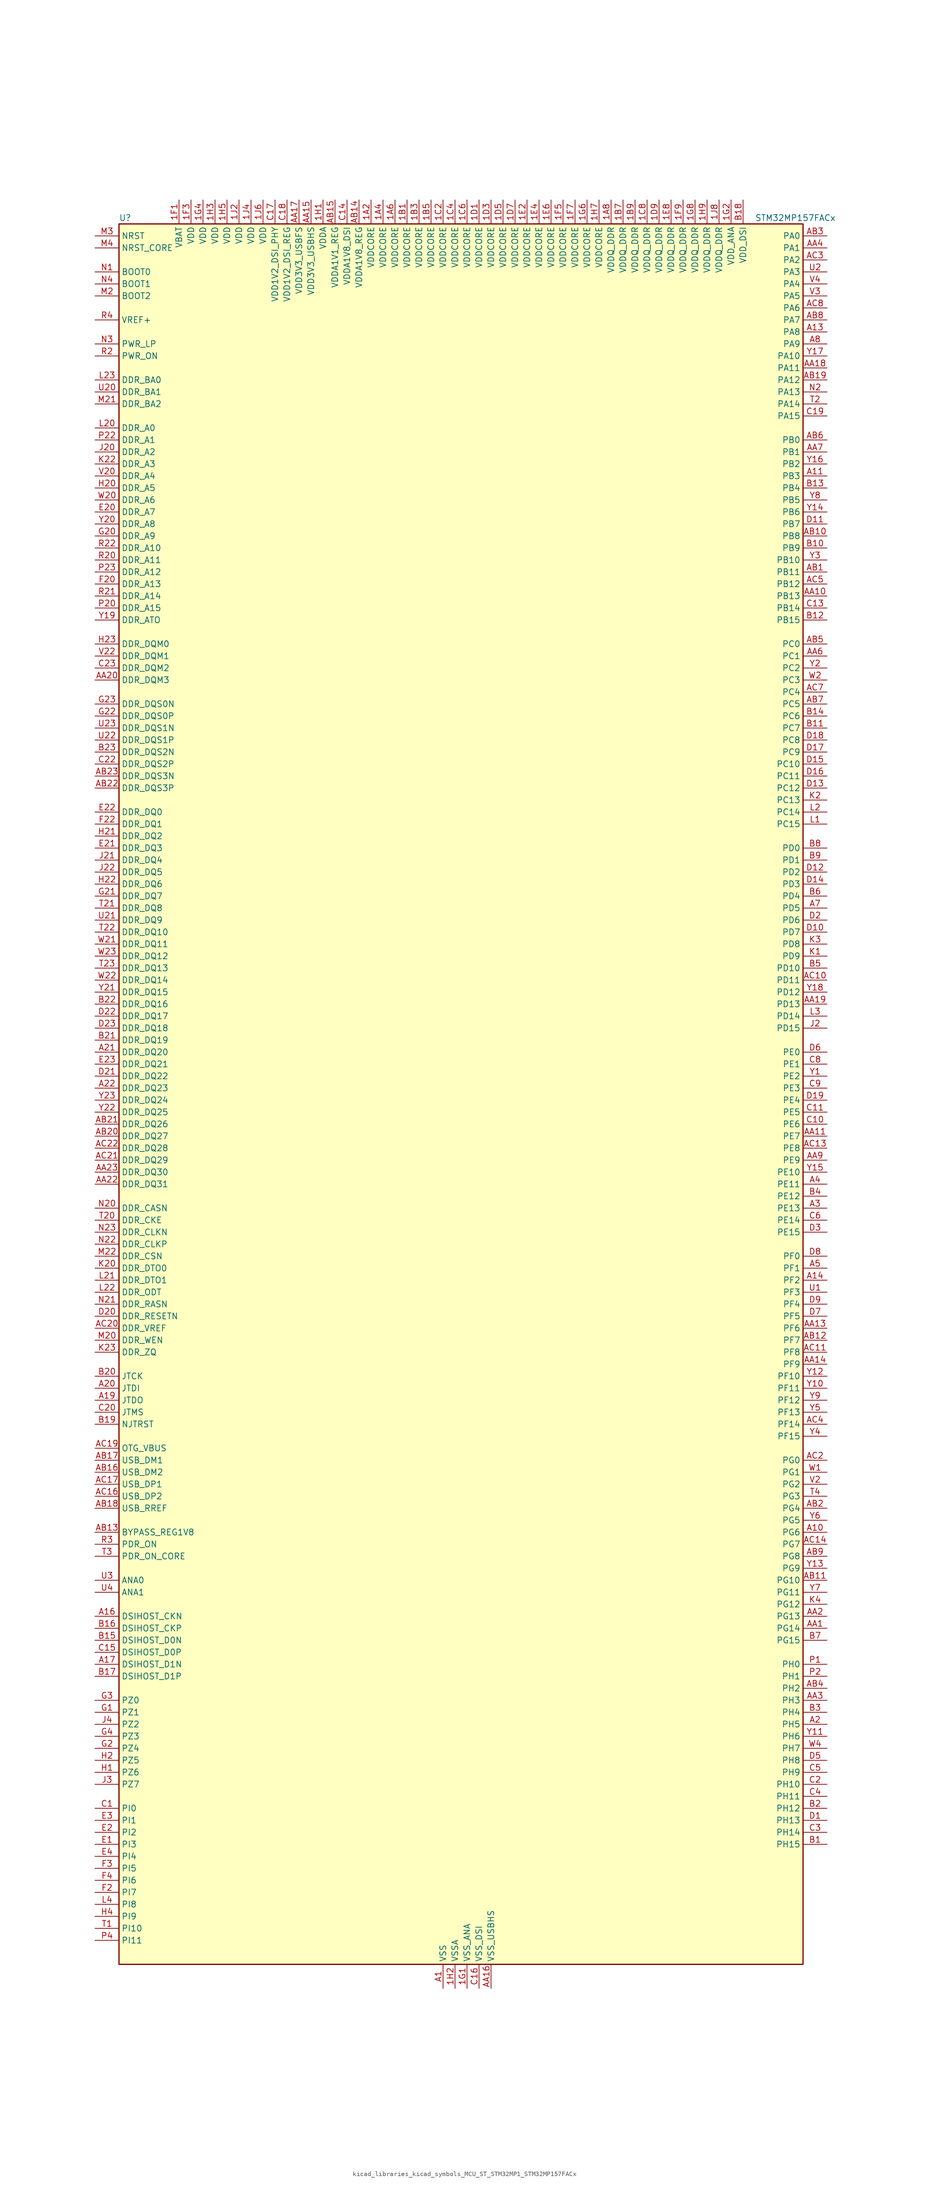
<source format=kicad_sym>
(kicad_symbol_lib
  (version 20220914)
  (generator kicad_symbol_editor)
  (symbol "kicad_libraries_kicad_symbols_MCU_ST_STM32MP1_STM32MP157FACx"
    (property "Reference" "U"
      (at -71.12 186.69 0)
      (effects (font (size 1.27 1.27)) (justify left)))
    (property "Value" "STM32MP157FACx"
      (at 63.5 186.69 0)
      (effects (font (size 1.27 1.27)) (justify left)))
    (property "ki_locked" ""
      (at 0 0 0)
      (effects (font (size 1.27 1.27))))
    (symbol "kicad_libraries_kicad_symbols_MCU_ST_STM32MP1_STM32MP157FACx_0_1"
      (rectangle (start -71.12 -182.88) (end 73.66 185.42) (stroke (width 0.254) (type default)) (fill (type background))))
    (symbol "kicad_libraries_kicad_symbols_MCU_ST_STM32MP1_STM32MP157FACx_1_1"
      (pin power_in line (at -17.78 190.5 270) (length 5.08) (name "VDDCORE" (effects (font (size 1.27 1.27)))) (number "1A2" (effects (font (size 1.27 1.27)))))
      (pin passive line (at -2.54 -187.96 90) (length 5.08) hide (name "VSS" (effects (font (size 1.27 1.27)))) (number "1A3" (effects (font (size 1.27 1.27)))))
      (pin power_in line (at -15.24 190.5 270) (length 5.08) (name "VDDCORE" (effects (font (size 1.27 1.27)))) (number "1A4" (effects (font (size 1.27 1.27)))))
      (pin passive line (at -2.54 -187.96 90) (length 5.08) hide (name "VSS" (effects (font (size 1.27 1.27)))) (number "1A5" (effects (font (size 1.27 1.27)))))
      (pin power_in line (at -12.7 190.5 270) (length 5.08) (name "VDDCORE" (effects (font (size 1.27 1.27)))) (number "1A6" (effects (font (size 1.27 1.27)))))
      (pin passive line (at -2.54 -187.96 90) (length 5.08) hide (name "VSS" (effects (font (size 1.27 1.27)))) (number "1A7" (effects (font (size 1.27 1.27)))))
      (pin power_in line (at 33.02 190.5 270) (length 5.08) (name "VDDQ_DDR" (effects (font (size 1.27 1.27)))) (number "1A8" (effects (font (size 1.27 1.27)))))
      (pin power_in line (at -10.16 190.5 270) (length 5.08) (name "VDDCORE" (effects (font (size 1.27 1.27)))) (number "1B1" (effects (font (size 1.27 1.27)))))
      (pin passive line (at -2.54 -187.96 90) (length 5.08) hide (name "VSS" (effects (font (size 1.27 1.27)))) (number "1B2" (effects (font (size 1.27 1.27)))))
      (pin power_in line (at -7.62 190.5 270) (length 5.08) (name "VDDCORE" (effects (font (size 1.27 1.27)))) (number "1B3" (effects (font (size 1.27 1.27)))))
      (pin passive line (at -2.54 -187.96 90) (length 5.08) hide (name "VSS" (effects (font (size 1.27 1.27)))) (number "1B4" (effects (font (size 1.27 1.27)))))
      (pin power_in line (at -5.08 190.5 270) (length 5.08) (name "VDDCORE" (effects (font (size 1.27 1.27)))) (number "1B5" (effects (font (size 1.27 1.27)))))
      (pin passive line (at -2.54 -187.96 90) (length 5.08) hide (name "VSS" (effects (font (size 1.27 1.27)))) (number "1B6" (effects (font (size 1.27 1.27)))))
      (pin power_in line (at 35.56 190.5 270) (length 5.08) (name "VDDQ_DDR" (effects (font (size 1.27 1.27)))) (number "1B7" (effects (font (size 1.27 1.27)))))
      (pin passive line (at -2.54 -187.96 90) (length 5.08) hide (name "VSS" (effects (font (size 1.27 1.27)))) (number "1B8" (effects (font (size 1.27 1.27)))))
      (pin power_in line (at 38.1 190.5 270) (length 5.08) (name "VDDQ_DDR" (effects (font (size 1.27 1.27)))) (number "1B9" (effects (font (size 1.27 1.27)))))
      (pin passive line (at -2.54 -187.96 90) (length 5.08) hide (name "VSS" (effects (font (size 1.27 1.27)))) (number "1C1" (effects (font (size 1.27 1.27)))))
      (pin power_in line (at -2.54 190.5 270) (length 5.08) (name "VDDCORE" (effects (font (size 1.27 1.27)))) (number "1C2" (effects (font (size 1.27 1.27)))))
      (pin passive line (at -2.54 -187.96 90) (length 5.08) hide (name "VSS" (effects (font (size 1.27 1.27)))) (number "1C3" (effects (font (size 1.27 1.27)))))
      (pin power_in line (at 0 190.5 270) (length 5.08) (name "VDDCORE" (effects (font (size 1.27 1.27)))) (number "1C4" (effects (font (size 1.27 1.27)))))
      (pin passive line (at -2.54 -187.96 90) (length 5.08) hide (name "VSS" (effects (font (size 1.27 1.27)))) (number "1C5" (effects (font (size 1.27 1.27)))))
      (pin power_in line (at 2.54 190.5 270) (length 5.08) (name "VDDCORE" (effects (font (size 1.27 1.27)))) (number "1C6" (effects (font (size 1.27 1.27)))))
      (pin passive line (at -2.54 -187.96 90) (length 5.08) hide (name "VSS" (effects (font (size 1.27 1.27)))) (number "1C7" (effects (font (size 1.27 1.27)))))
      (pin power_in line (at 40.64 190.5 270) (length 5.08) (name "VDDQ_DDR" (effects (font (size 1.27 1.27)))) (number "1C8" (effects (font (size 1.27 1.27)))))
      (pin passive line (at -2.54 -187.96 90) (length 5.08) hide (name "VSS" (effects (font (size 1.27 1.27)))) (number "1C9" (effects (font (size 1.27 1.27)))))
      (pin power_in line (at 5.08 190.5 270) (length 5.08) (name "VDDCORE" (effects (font (size 1.27 1.27)))) (number "1D1" (effects (font (size 1.27 1.27)))))
      (pin passive line (at -2.54 -187.96 90) (length 5.08) hide (name "VSS" (effects (font (size 1.27 1.27)))) (number "1D2" (effects (font (size 1.27 1.27)))))
      (pin power_in line (at 7.62 190.5 270) (length 5.08) (name "VDDCORE" (effects (font (size 1.27 1.27)))) (number "1D3" (effects (font (size 1.27 1.27)))))
      (pin passive line (at -2.54 -187.96 90) (length 5.08) hide (name "VSS" (effects (font (size 1.27 1.27)))) (number "1D4" (effects (font (size 1.27 1.27)))))
      (pin power_in line (at 10.16 190.5 270) (length 5.08) (name "VDDCORE" (effects (font (size 1.27 1.27)))) (number "1D5" (effects (font (size 1.27 1.27)))))
      (pin passive line (at -2.54 -187.96 90) (length 5.08) hide (name "VSS" (effects (font (size 1.27 1.27)))) (number "1D6" (effects (font (size 1.27 1.27)))))
      (pin power_in line (at 12.7 190.5 270) (length 5.08) (name "VDDCORE" (effects (font (size 1.27 1.27)))) (number "1D7" (effects (font (size 1.27 1.27)))))
      (pin passive line (at -2.54 -187.96 90) (length 5.08) hide (name "VSS" (effects (font (size 1.27 1.27)))) (number "1D8" (effects (font (size 1.27 1.27)))))
      (pin power_in line (at 43.18 190.5 270) (length 5.08) (name "VDDQ_DDR" (effects (font (size 1.27 1.27)))) (number "1D9" (effects (font (size 1.27 1.27)))))
      (pin passive line (at -2.54 -187.96 90) (length 5.08) hide (name "VSS" (effects (font (size 1.27 1.27)))) (number "1E1" (effects (font (size 1.27 1.27)))))
      (pin power_in line (at 15.24 190.5 270) (length 5.08) (name "VDDCORE" (effects (font (size 1.27 1.27)))) (number "1E2" (effects (font (size 1.27 1.27)))))
      (pin passive line (at -2.54 -187.96 90) (length 5.08) hide (name "VSS" (effects (font (size 1.27 1.27)))) (number "1E3" (effects (font (size 1.27 1.27)))))
      (pin power_in line (at 17.78 190.5 270) (length 5.08) (name "VDDCORE" (effects (font (size 1.27 1.27)))) (number "1E4" (effects (font (size 1.27 1.27)))))
      (pin passive line (at -2.54 -187.96 90) (length 5.08) hide (name "VSS" (effects (font (size 1.27 1.27)))) (number "1E5" (effects (font (size 1.27 1.27)))))
      (pin power_in line (at 20.32 190.5 270) (length 5.08) (name "VDDCORE" (effects (font (size 1.27 1.27)))) (number "1E6" (effects (font (size 1.27 1.27)))))
      (pin passive line (at -2.54 -187.96 90) (length 5.08) hide (name "VSS" (effects (font (size 1.27 1.27)))) (number "1E7" (effects (font (size 1.27 1.27)))))
      (pin power_in line (at 45.72 190.5 270) (length 5.08) (name "VDDQ_DDR" (effects (font (size 1.27 1.27)))) (number "1E8" (effects (font (size 1.27 1.27)))))
      (pin passive line (at -2.54 -187.96 90) (length 5.08) hide (name "VSS" (effects (font (size 1.27 1.27)))) (number "1E9" (effects (font (size 1.27 1.27)))))
      (pin power_in line (at -58.42 190.5 270) (length 5.08) (name "VBAT" (effects (font (size 1.27 1.27)))) (number "1F1" (effects (font (size 1.27 1.27)))))
      (pin passive line (at -2.54 -187.96 90) (length 5.08) hide (name "VSS" (effects (font (size 1.27 1.27)))) (number "1F2" (effects (font (size 1.27 1.27)))))
      (pin power_in line (at -55.88 190.5 270) (length 5.08) (name "VDD" (effects (font (size 1.27 1.27)))) (number "1F3" (effects (font (size 1.27 1.27)))))
      (pin passive line (at -2.54 -187.96 90) (length 5.08) hide (name "VSS" (effects (font (size 1.27 1.27)))) (number "1F4" (effects (font (size 1.27 1.27)))))
      (pin power_in line (at 22.86 190.5 270) (length 5.08) (name "VDDCORE" (effects (font (size 1.27 1.27)))) (number "1F5" (effects (font (size 1.27 1.27)))))
      (pin passive line (at -2.54 -187.96 90) (length 5.08) hide (name "VSS" (effects (font (size 1.27 1.27)))) (number "1F6" (effects (font (size 1.27 1.27)))))
      (pin power_in line (at 25.4 190.5 270) (length 5.08) (name "VDDCORE" (effects (font (size 1.27 1.27)))) (number "1F7" (effects (font (size 1.27 1.27)))))
      (pin passive line (at -2.54 -187.96 90) (length 5.08) hide (name "VSS" (effects (font (size 1.27 1.27)))) (number "1F8" (effects (font (size 1.27 1.27)))))
      (pin power_in line (at 48.26 190.5 270) (length 5.08) (name "VDDQ_DDR" (effects (font (size 1.27 1.27)))) (number "1F9" (effects (font (size 1.27 1.27)))))
      (pin power_in line (at 2.54 -187.96 90) (length 5.08) (name "VSS_ANA" (effects (font (size 1.27 1.27)))) (number "1G1" (effects (font (size 1.27 1.27)))))
      (pin power_in line (at 58.42 190.5 270) (length 5.08) (name "VDD_ANA" (effects (font (size 1.27 1.27)))) (number "1G2" (effects (font (size 1.27 1.27)))))
      (pin passive line (at -2.54 -187.96 90) (length 5.08) hide (name "VSS" (effects (font (size 1.27 1.27)))) (number "1G3" (effects (font (size 1.27 1.27)))))
      (pin power_in line (at -53.34 190.5 270) (length 5.08) (name "VDD" (effects (font (size 1.27 1.27)))) (number "1G4" (effects (font (size 1.27 1.27)))))
      (pin passive line (at -2.54 -187.96 90) (length 5.08) hide (name "VSS" (effects (font (size 1.27 1.27)))) (number "1G5" (effects (font (size 1.27 1.27)))))
      (pin power_in line (at 27.94 190.5 270) (length 5.08) (name "VDDCORE" (effects (font (size 1.27 1.27)))) (number "1G6" (effects (font (size 1.27 1.27)))))
      (pin passive line (at -2.54 -187.96 90) (length 5.08) hide (name "VSS" (effects (font (size 1.27 1.27)))) (number "1G7" (effects (font (size 1.27 1.27)))))
      (pin power_in line (at 50.8 190.5 270) (length 5.08) (name "VDDQ_DDR" (effects (font (size 1.27 1.27)))) (number "1G8" (effects (font (size 1.27 1.27)))))
      (pin passive line (at -2.54 -187.96 90) (length 5.08) hide (name "VSS" (effects (font (size 1.27 1.27)))) (number "1G9" (effects (font (size 1.27 1.27)))))
      (pin power_in line (at -27.94 190.5 270) (length 5.08) (name "VDDA" (effects (font (size 1.27 1.27)))) (number "1H1" (effects (font (size 1.27 1.27)))))
      (pin power_in line (at 0 -187.96 90) (length 5.08) (name "VSSA" (effects (font (size 1.27 1.27)))) (number "1H2" (effects (font (size 1.27 1.27)))))
      (pin power_in line (at -50.8 190.5 270) (length 5.08) (name "VDD" (effects (font (size 1.27 1.27)))) (number "1H3" (effects (font (size 1.27 1.27)))))
      (pin passive line (at -2.54 -187.96 90) (length 5.08) hide (name "VSS" (effects (font (size 1.27 1.27)))) (number "1H4" (effects (font (size 1.27 1.27)))))
      (pin power_in line (at -48.26 190.5 270) (length 5.08) (name "VDD" (effects (font (size 1.27 1.27)))) (number "1H5" (effects (font (size 1.27 1.27)))))
      (pin passive line (at -2.54 -187.96 90) (length 5.08) hide (name "VSS" (effects (font (size 1.27 1.27)))) (number "1H6" (effects (font (size 1.27 1.27)))))
      (pin power_in line (at 30.48 190.5 270) (length 5.08) (name "VDDCORE" (effects (font (size 1.27 1.27)))) (number "1H7" (effects (font (size 1.27 1.27)))))
      (pin passive line (at -2.54 -187.96 90) (length 5.08) hide (name "VSS" (effects (font (size 1.27 1.27)))) (number "1H8" (effects (font (size 1.27 1.27)))))
      (pin power_in line (at 53.34 190.5 270) (length 5.08) (name "VDDQ_DDR" (effects (font (size 1.27 1.27)))) (number "1H9" (effects (font (size 1.27 1.27)))))
      (pin power_in line (at -45.72 190.5 270) (length 5.08) (name "VDD" (effects (font (size 1.27 1.27)))) (number "1J2" (effects (font (size 1.27 1.27)))))
      (pin passive line (at -2.54 -187.96 90) (length 5.08) hide (name "VSS" (effects (font (size 1.27 1.27)))) (number "1J3" (effects (font (size 1.27 1.27)))))
      (pin power_in line (at -43.18 190.5 270) (length 5.08) (name "VDD" (effects (font (size 1.27 1.27)))) (number "1J4" (effects (font (size 1.27 1.27)))))
      (pin passive line (at -2.54 -187.96 90) (length 5.08) hide (name "VSS" (effects (font (size 1.27 1.27)))) (number "1J5" (effects (font (size 1.27 1.27)))))
      (pin power_in line (at -40.64 190.5 270) (length 5.08) (name "VDD" (effects (font (size 1.27 1.27)))) (number "1J6" (effects (font (size 1.27 1.27)))))
      (pin passive line (at -2.54 -187.96 90) (length 5.08) hide (name "VSS" (effects (font (size 1.27 1.27)))) (number "1J7" (effects (font (size 1.27 1.27)))))
      (pin power_in line (at 55.88 190.5 270) (length 5.08) (name "VDDQ_DDR" (effects (font (size 1.27 1.27)))) (number "1J8" (effects (font (size 1.27 1.27)))))
      (pin power_in line (at -2.54 -187.96 90) (length 5.08) (name "VSS" (effects (font (size 1.27 1.27)))) (number "A1" (effects (font (size 1.27 1.27)))))
      (pin bidirectional line (at 78.74 -91.44 180) (length 5.08) (name "PG6" (effects (font (size 1.27 1.27)))) (number "A10" (effects (font (size 1.27 1.27)))) (alternate "DCMI_D12" bidirectional line) (alternate "DEBUG_TRACED14" bidirectional line) (alternate "LTDC_R7" bidirectional line) (alternate "SDMMC2_CMD" bidirectional line) (alternate "TIM17_BKIN" bidirectional line))
      (pin bidirectional line (at 78.74 132.08 180) (length 5.08) (name "PB3" (effects (font (size 1.27 1.27)))) (number "A11" (effects (font (size 1.27 1.27)))) (alternate "DEBUG_TRACED9" bidirectional line) (alternate "I2S1_CK" bidirectional line) (alternate "I2S3_CK" bidirectional line) (alternate "SAI4_CK1" bidirectional line) (alternate "SAI4_MCLK_A" bidirectional line) (alternate "SDMMC2_D2" bidirectional line) (alternate "SPI1_SCK" bidirectional line) (alternate "SPI3_SCK" bidirectional line) (alternate "SPI6_SCK" bidirectional line) (alternate "TIM2_CH2" bidirectional line) (alternate "UART7_RX" bidirectional line))
      (pin bidirectional line (at 78.74 162.56 180) (length 5.08) (name "PA8" (effects (font (size 1.27 1.27)))) (number "A13" (effects (font (size 1.27 1.27)))) (alternate "I2C3_SCL" bidirectional line) (alternate "I2S3_SDO" bidirectional line) (alternate "LTDC_R6" bidirectional line) (alternate "RCC_MCO_1" bidirectional line) (alternate "SAI4_SD_B" bidirectional line) (alternate "SDMMC2_CKIN" bidirectional line) (alternate "SDMMC2_D4" bidirectional line) (alternate "SPI3_MOSI" bidirectional line) (alternate "TIM1_CH1" bidirectional line) (alternate "TIM8_BKIN2" bidirectional line) (alternate "UART7_RX" bidirectional line) (alternate "USART1_CK" bidirectional line) (alternate "USB_OTG_HS_SOF" bidirectional line))
      (pin bidirectional line (at 78.74 -38.1 180) (length 5.08) (name "PF2" (effects (font (size 1.27 1.27)))) (number "A14" (effects (font (size 1.27 1.27)))) (alternate "FMC_A2" bidirectional line) (alternate "I2C2_SMBA" bidirectional line) (alternate "SDMMC1_D0DIR" bidirectional line) (alternate "SDMMC2_D0DIR" bidirectional line) (alternate "SDMMC3_D0DIR" bidirectional line))
      (pin bidirectional line (at -76.2 -109.22 0) (length 5.08) (name "DSIHOST_CKN" (effects (font (size 1.27 1.27)))) (number "A16" (effects (font (size 1.27 1.27)))) (alternate "DSIHOST_CKN" bidirectional line))
      (pin bidirectional line (at -76.2 -119.38 0) (length 5.08) (name "DSIHOST_D1N" (effects (font (size 1.27 1.27)))) (number "A17" (effects (font (size 1.27 1.27)))) (alternate "DSIHOST_D1N" bidirectional line))
      (pin bidirectional line (at -76.2 -63.5 0) (length 5.08) (name "JTDO" (effects (font (size 1.27 1.27)))) (number "A19" (effects (font (size 1.27 1.27)))) (alternate "DEBUG_JTDO-SWO" bidirectional line))
      (pin bidirectional line (at 78.74 -132.08 180) (length 5.08) (name "PH5" (effects (font (size 1.27 1.27)))) (number "A2" (effects (font (size 1.27 1.27)))) (alternate "I2C2_SDA" bidirectional line) (alternate "SAI4_SD_B" bidirectional line) (alternate "SPI5_NSS" bidirectional line))
      (pin bidirectional line (at -76.2 -60.96 0) (length 5.08) (name "JTDI" (effects (font (size 1.27 1.27)))) (number "A20" (effects (font (size 1.27 1.27)))) (alternate "DEBUG_JTDI" bidirectional line))
      (pin bidirectional line (at -76.2 10.16 0) (length 5.08) (name "DDR_DQ20" (effects (font (size 1.27 1.27)))) (number "A21" (effects (font (size 1.27 1.27)))) (alternate "DDR_DQ20" bidirectional line))
      (pin bidirectional line (at -76.2 2.54 0) (length 5.08) (name "DDR_DQ23" (effects (font (size 1.27 1.27)))) (number "A22" (effects (font (size 1.27 1.27)))) (alternate "DDR_DQ23" bidirectional line))
      (pin passive line (at -2.54 -187.96 90) (length 5.08) hide (name "VSS" (effects (font (size 1.27 1.27)))) (number "A23" (effects (font (size 1.27 1.27)))))
      (pin bidirectional line (at 78.74 -22.86 180) (length 5.08) (name "PE13" (effects (font (size 1.27 1.27)))) (number "A3" (effects (font (size 1.27 1.27)))) (alternate "DCMI_D6" bidirectional line) (alternate "DFSDM1_CKIN5" bidirectional line) (alternate "FMC_D10" bidirectional line) (alternate "FMC_DA10" bidirectional line) (alternate "HDP_HDP2" bidirectional line) (alternate "LTDC_DE" bidirectional line) (alternate "SAI2_FS_B" bidirectional line) (alternate "SPI4_MISO" bidirectional line) (alternate "TIM1_CH3" bidirectional line))
      (pin bidirectional line (at 78.74 -17.78 180) (length 5.08) (name "PE11" (effects (font (size 1.27 1.27)))) (number "A4" (effects (font (size 1.27 1.27)))) (alternate "ADC1_EXTI11" bidirectional line) (alternate "ADC2_EXTI11" bidirectional line) (alternate "DCMI_D4" bidirectional line) (alternate "DFSDM1_CKIN4" bidirectional line) (alternate "FMC_D8" bidirectional line) (alternate "FMC_DA8" bidirectional line) (alternate "LTDC_G3" bidirectional line) (alternate "SAI2_SD_B" bidirectional line) (alternate "SPI4_NSS" bidirectional line) (alternate "TIM1_CH2" bidirectional line) (alternate "USART6_CK" bidirectional line))
      (pin bidirectional line (at 78.74 -35.56 180) (length 5.08) (name "PF1" (effects (font (size 1.27 1.27)))) (number "A5" (effects (font (size 1.27 1.27)))) (alternate "FMC_A1" bidirectional line) (alternate "I2C2_SCL" bidirectional line) (alternate "SDMMC3_CDIR" bidirectional line) (alternate "SDMMC3_CMD" bidirectional line))
      (pin bidirectional line (at 78.74 40.64 180) (length 5.08) (name "PD5" (effects (font (size 1.27 1.27)))) (number "A7" (effects (font (size 1.27 1.27)))) (alternate "FMC_NWE" bidirectional line) (alternate "SDMMC3_D2" bidirectional line) (alternate "USART2_TX" bidirectional line))
      (pin bidirectional line (at 78.74 160.02 180) (length 5.08) (name "PA9" (effects (font (size 1.27 1.27)))) (number "A8" (effects (font (size 1.27 1.27)))) (alternate "DAC1_EXTI9" bidirectional line) (alternate "DCMI_D0" bidirectional line) (alternate "I2C3_SMBA" bidirectional line) (alternate "I2S2_CK" bidirectional line) (alternate "LTDC_R5" bidirectional line) (alternate "SDMMC2_CDIR" bidirectional line) (alternate "SDMMC2_D5" bidirectional line) (alternate "SPI2_SCK" bidirectional line) (alternate "TIM1_CH2" bidirectional line) (alternate "USART1_TX" bidirectional line))
      (pin bidirectional line (at 78.74 -111.76 180) (length 5.08) (name "PG14" (effects (font (size 1.27 1.27)))) (number "AA1" (effects (font (size 1.27 1.27)))) (alternate "DEBUG_TRACED1" bidirectional line) (alternate "ETH1_TXD1" bidirectional line) (alternate "FMC_A25" bidirectional line) (alternate "LPTIM1_ETR" bidirectional line) (alternate "LTDC_B0" bidirectional line) (alternate "QUADSPI_BK2_IO3" bidirectional line) (alternate "SAI4_D1" bidirectional line) (alternate "SAI4_SD_A" bidirectional line) (alternate "SPI6_MOSI" bidirectional line) (alternate "USART6_TX" bidirectional line))
      (pin bidirectional line (at 78.74 106.68 180) (length 5.08) (name "PB13" (effects (font (size 1.27 1.27)))) (number "AA10" (effects (font (size 1.27 1.27)))) (alternate "DFSDM1_CKIN1" bidirectional line) (alternate "DFSDM1_CKOUT" bidirectional line) (alternate "ETH1_TXD1" bidirectional line) (alternate "FDCAN2_TX" bidirectional line) (alternate "I2S2_CK" bidirectional line) (alternate "LPTIM2_OUT" bidirectional line) (alternate "SPI2_SCK" bidirectional line) (alternate "TIM1_CH1N" bidirectional line) (alternate "UART5_TX" bidirectional line) (alternate "USART3_CTS" bidirectional line) (alternate "USART3_NSS" bidirectional line))
      (pin bidirectional line (at 78.74 -7.62 180) (length 5.08) (name "PE7" (effects (font (size 1.27 1.27)))) (number "AA11" (effects (font (size 1.27 1.27)))) (alternate "DFSDM1_DATIN2" bidirectional line) (alternate "FMC_D4" bidirectional line) (alternate "FMC_DA4" bidirectional line) (alternate "QUADSPI_BK2_IO0" bidirectional line) (alternate "TIM1_ETR" bidirectional line) (alternate "TIM3_ETR" bidirectional line) (alternate "UART7_RX" bidirectional line))
      (pin passive line (at -2.54 -187.96 90) (length 5.08) hide (name "VSS" (effects (font (size 1.27 1.27)))) (number "AA12" (effects (font (size 1.27 1.27)))))
      (pin bidirectional line (at 78.74 -48.26 180) (length 5.08) (name "PF6" (effects (font (size 1.27 1.27)))) (number "AA13" (effects (font (size 1.27 1.27)))) (alternate "QUADSPI_BK1_IO3" bidirectional line) (alternate "SAI1_SD_B" bidirectional line) (alternate "SAI4_SCK_B" bidirectional line) (alternate "SPI5_NSS" bidirectional line) (alternate "TIM16_CH1" bidirectional line) (alternate "UART7_RX" bidirectional line))
      (pin bidirectional line (at 78.74 -55.88 180) (length 5.08) (name "PF9" (effects (font (size 1.27 1.27)))) (number "AA14" (effects (font (size 1.27 1.27)))) (alternate "DAC1_EXTI9" bidirectional line) (alternate "DEBUG_TRACED13" bidirectional line) (alternate "QUADSPI_BK1_IO1" bidirectional line) (alternate "SAI1_FS_B" bidirectional line) (alternate "SPI5_MOSI" bidirectional line) (alternate "TIM14_CH1" bidirectional line) (alternate "TIM17_CH1N" bidirectional line) (alternate "UART7_CTS" bidirectional line))
      (pin power_in line (at -30.48 190.5 270) (length 5.08) (name "VDD3V3_USBHS" (effects (font (size 1.27 1.27)))) (number "AA15" (effects (font (size 1.27 1.27)))))
      (pin power_in line (at 7.62 -187.96 90) (length 5.08) (name "VSS_USBHS" (effects (font (size 1.27 1.27)))) (number "AA16" (effects (font (size 1.27 1.27)))))
      (pin power_in line (at -33.02 190.5 270) (length 5.08) (name "VDD3V3_USBFS" (effects (font (size 1.27 1.27)))) (number "AA17" (effects (font (size 1.27 1.27)))))
      (pin bidirectional line (at 78.74 154.94 180) (length 5.08) (name "PA11" (effects (font (size 1.27 1.27)))) (number "AA18" (effects (font (size 1.27 1.27)))) (alternate "ADC1_EXTI11" bidirectional line) (alternate "ADC2_EXTI11" bidirectional line) (alternate "FDCAN1_RX" bidirectional line) (alternate "I2C5_SCL" bidirectional line) (alternate "I2C6_SCL" bidirectional line) (alternate "I2S2_WS" bidirectional line) (alternate "LTDC_R4" bidirectional line) (alternate "SPI2_NSS" bidirectional line) (alternate "TIM1_CH4" bidirectional line) (alternate "UART4_RX" bidirectional line) (alternate "USART1_CTS" bidirectional line) (alternate "USART1_NSS" bidirectional line))
      (pin bidirectional line (at 78.74 20.32 180) (length 5.08) (name "PD13" (effects (font (size 1.27 1.27)))) (number "AA19" (effects (font (size 1.27 1.27)))) (alternate "DSIHOST_TE" bidirectional line) (alternate "FMC_A18" bidirectional line) (alternate "I2C1_SDA" bidirectional line) (alternate "I2C4_SDA" bidirectional line) (alternate "I2S3_MCK" bidirectional line) (alternate "LPTIM1_OUT" bidirectional line) (alternate "QUADSPI_BK1_IO3" bidirectional line) (alternate "SAI2_SCK_A" bidirectional line) (alternate "TIM4_CH2" bidirectional line))
      (pin bidirectional line (at 78.74 -109.22 180) (length 5.08) (name "PG13" (effects (font (size 1.27 1.27)))) (number "AA2" (effects (font (size 1.27 1.27)))) (alternate "DEBUG_TRACED0" bidirectional line) (alternate "ETH1_TXD0" bidirectional line) (alternate "FMC_A24" bidirectional line) (alternate "LPTIM1_OUT" bidirectional line) (alternate "LTDC_R0" bidirectional line) (alternate "SAI1_CK2" bidirectional line) (alternate "SAI1_SCK_A" bidirectional line) (alternate "SAI4_CK1" bidirectional line) (alternate "SAI4_MCLK_A" bidirectional line) (alternate "SPI6_SCK" bidirectional line) (alternate "USART6_CTS" bidirectional line) (alternate "USART6_NSS" bidirectional line))
      (pin bidirectional line (at -76.2 88.9 0) (length 5.08) (name "DDR_DQM3" (effects (font (size 1.27 1.27)))) (number "AA20" (effects (font (size 1.27 1.27)))) (alternate "DDR_DQM3" bidirectional line))
      (pin passive line (at -2.54 -187.96 90) (length 5.08) hide (name "VSS" (effects (font (size 1.27 1.27)))) (number "AA21" (effects (font (size 1.27 1.27)))))
      (pin bidirectional line (at -76.2 -17.78 0) (length 5.08) (name "DDR_DQ31" (effects (font (size 1.27 1.27)))) (number "AA22" (effects (font (size 1.27 1.27)))) (alternate "DDR_DQ31" bidirectional line))
      (pin bidirectional line (at -76.2 -15.24 0) (length 5.08) (name "DDR_DQ30" (effects (font (size 1.27 1.27)))) (number "AA23" (effects (font (size 1.27 1.27)))) (alternate "DDR_DQ30" bidirectional line))
      (pin bidirectional line (at 78.74 -127 180) (length 5.08) (name "PH3" (effects (font (size 1.27 1.27)))) (number "AA3" (effects (font (size 1.27 1.27)))) (alternate "DFSDM1_CKIN4" bidirectional line) (alternate "ETH1_COL" bidirectional line) (alternate "LTDC_R1" bidirectional line) (alternate "QUADSPI_BK2_IO1" bidirectional line) (alternate "SAI2_MCLK_B" bidirectional line))
      (pin bidirectional line (at 78.74 180.34 180) (length 5.08) (name "PA1" (effects (font (size 1.27 1.27)))) (number "AA4" (effects (font (size 1.27 1.27)))) (alternate "ADC1_INN16" bidirectional line) (alternate "ADC1_INP17" bidirectional line) (alternate "ETH1_CLK" bidirectional line) (alternate "ETH1_REF_CLK" bidirectional line) (alternate "ETH1_RX_CLK" bidirectional line) (alternate "LPTIM3_OUT" bidirectional line) (alternate "LTDC_R2" bidirectional line) (alternate "QUADSPI_BK1_IO3" bidirectional line) (alternate "SAI2_MCLK_B" bidirectional line) (alternate "TIM15_CH1N" bidirectional line) (alternate "TIM2_CH2" bidirectional line) (alternate "TIM5_CH2" bidirectional line) (alternate "UART4_RX" bidirectional line) (alternate "USART2_DE" bidirectional line) (alternate "USART2_RTS" bidirectional line))
      (pin passive line (at -2.54 -187.96 90) (length 5.08) hide (name "VSS" (effects (font (size 1.27 1.27)))) (number "AA5" (effects (font (size 1.27 1.27)))))
      (pin bidirectional line (at 78.74 93.98 180) (length 5.08) (name "PC1" (effects (font (size 1.27 1.27)))) (number "AA6" (effects (font (size 1.27 1.27)))) (alternate "ADC1_INN10" bidirectional line) (alternate "ADC1_INP11" bidirectional line) (alternate "ADC2_INN10" bidirectional line) (alternate "ADC2_INP11" bidirectional line) (alternate "DEBUG_TRACED0" bidirectional line) (alternate "DFSDM1_CKIN4" bidirectional line) (alternate "DFSDM1_DATIN0" bidirectional line) (alternate "ETH1_MDC" bidirectional line) (alternate "I2S2_SDO" bidirectional line) (alternate "PWR_WKUP6" bidirectional line) (alternate "SAI1_D1" bidirectional line) (alternate "SAI1_SD_A" bidirectional line) (alternate "SDMMC2_CK" bidirectional line) (alternate "SPI2_MOSI" bidirectional line) (alternate "TAMP_IN3" bidirectional line))
      (pin bidirectional line (at 78.74 137.16 180) (length 5.08) (name "PB1" (effects (font (size 1.27 1.27)))) (number "AA7" (effects (font (size 1.27 1.27)))) (alternate "ADC1_INP5" bidirectional line) (alternate "ADC2_INP5" bidirectional line) (alternate "DFSDM1_DATIN1" bidirectional line) (alternate "ETH1_RXD3" bidirectional line) (alternate "LTDC_G0" bidirectional line) (alternate "LTDC_R6" bidirectional line) (alternate "TIM1_CH3N" bidirectional line) (alternate "TIM3_CH4" bidirectional line) (alternate "TIM8_CH3N" bidirectional line))
      (pin passive line (at -2.54 -187.96 90) (length 5.08) hide (name "VSS" (effects (font (size 1.27 1.27)))) (number "AA8" (effects (font (size 1.27 1.27)))))
      (pin bidirectional line (at 78.74 -12.7 180) (length 5.08) (name "PE9" (effects (font (size 1.27 1.27)))) (number "AA9" (effects (font (size 1.27 1.27)))) (alternate "DAC1_EXTI9" bidirectional line) (alternate "DFSDM1_CKOUT" bidirectional line) (alternate "FMC_D6" bidirectional line) (alternate "FMC_DA6" bidirectional line) (alternate "QUADSPI_BK2_IO2" bidirectional line) (alternate "TIM1_CH1" bidirectional line) (alternate "UART7_DE" bidirectional line) (alternate "UART7_RTS" bidirectional line))
      (pin bidirectional line (at 78.74 111.76 180) (length 5.08) (name "PB11" (effects (font (size 1.27 1.27)))) (number "AB1" (effects (font (size 1.27 1.27)))) (alternate "ADC1_EXTI11" bidirectional line) (alternate "ADC2_EXTI11" bidirectional line) (alternate "DFSDM1_CKIN7" bidirectional line) (alternate "DSIHOST_TE" bidirectional line) (alternate "ETH1_TX_CTL" bidirectional line) (alternate "ETH1_TX_EN" bidirectional line) (alternate "I2C2_SDA" bidirectional line) (alternate "LPTIM2_ETR" bidirectional line) (alternate "LTDC_G5" bidirectional line) (alternate "TIM2_CH4" bidirectional line) (alternate "USART3_RX" bidirectional line))
      (pin bidirectional line (at 78.74 119.38 180) (length 5.08) (name "PB8" (effects (font (size 1.27 1.27)))) (number "AB10" (effects (font (size 1.27 1.27)))) (alternate "DCMI_D6" bidirectional line) (alternate "DFSDM1_CKIN7" bidirectional line) (alternate "ETH1_TXD3" bidirectional line) (alternate "FDCAN1_RX" bidirectional line) (alternate "HDP_HDP6" bidirectional line) (alternate "I2C1_SCL" bidirectional line) (alternate "I2C4_SCL" bidirectional line) (alternate "LTDC_B6" bidirectional line) (alternate "SDMMC1_CKIN" bidirectional line) (alternate "SDMMC1_D4" bidirectional line) (alternate "SDMMC2_CKIN" bidirectional line) (alternate "SDMMC2_D4" bidirectional line) (alternate "TIM16_CH1" bidirectional line) (alternate "TIM4_CH3" bidirectional line) (alternate "UART4_RX" bidirectional line))
      (pin bidirectional line (at 78.74 -101.6 180) (length 5.08) (name "PG10" (effects (font (size 1.27 1.27)))) (number "AB11" (effects (font (size 1.27 1.27)))) (alternate "DCMI_D2" bidirectional line) (alternate "DEBUG_TRACED10" bidirectional line) (alternate "FMC_NE3" bidirectional line) (alternate "LTDC_B2" bidirectional line) (alternate "LTDC_G3" bidirectional line) (alternate "QUADSPI_BK2_IO2" bidirectional line) (alternate "SAI2_SD_B" bidirectional line) (alternate "UART8_CTS" bidirectional line))
      (pin bidirectional line (at 78.74 -50.8 180) (length 5.08) (name "PF7" (effects (font (size 1.27 1.27)))) (number "AB12" (effects (font (size 1.27 1.27)))) (alternate "QUADSPI_BK1_IO2" bidirectional line) (alternate "SAI1_MCLK_B" bidirectional line) (alternate "SPI5_SCK" bidirectional line) (alternate "TIM17_CH1" bidirectional line) (alternate "UART7_TX" bidirectional line))
      (pin bidirectional line (at -76.2 -91.44 0) (length 5.08) (name "BYPASS_REG1V8" (effects (font (size 1.27 1.27)))) (number "AB13" (effects (font (size 1.27 1.27)))))
      (pin power_in line (at -20.32 190.5 270) (length 5.08) (name "VDDA1V8_REG" (effects (font (size 1.27 1.27)))) (number "AB14" (effects (font (size 1.27 1.27)))))
      (pin power_in line (at -25.4 190.5 270) (length 5.08) (name "VDDA1V1_REG" (effects (font (size 1.27 1.27)))) (number "AB15" (effects (font (size 1.27 1.27)))))
      (pin bidirectional line (at -76.2 -78.74 0) (length 5.08) (name "USB_DM2" (effects (font (size 1.27 1.27)))) (number "AB16" (effects (font (size 1.27 1.27)))) (alternate "USBH_HS2_DM" bidirectional line) (alternate "USB_OTG_HS_DM" bidirectional line))
      (pin bidirectional line (at -76.2 -76.2 0) (length 5.08) (name "USB_DM1" (effects (font (size 1.27 1.27)))) (number "AB17" (effects (font (size 1.27 1.27)))) (alternate "USBH_HS1_DM" bidirectional line))
      (pin bidirectional line (at -76.2 -86.36 0) (length 5.08) (name "USB_RREF" (effects (font (size 1.27 1.27)))) (number "AB18" (effects (font (size 1.27 1.27)))))
      (pin bidirectional line (at 78.74 152.4 180) (length 5.08) (name "PA12" (effects (font (size 1.27 1.27)))) (number "AB19" (effects (font (size 1.27 1.27)))) (alternate "FDCAN1_TX" bidirectional line) (alternate "I2C5_SDA" bidirectional line) (alternate "I2C6_SDA" bidirectional line) (alternate "LTDC_R5" bidirectional line) (alternate "SAI2_FS_B" bidirectional line) (alternate "TIM1_ETR" bidirectional line) (alternate "UART4_TX" bidirectional line) (alternate "USART1_DE" bidirectional line) (alternate "USART1_RTS" bidirectional line))
      (pin bidirectional line (at 78.74 -86.36 180) (length 5.08) (name "PG4" (effects (font (size 1.27 1.27)))) (number "AB2" (effects (font (size 1.27 1.27)))) (alternate "ETH1_GTX_CLK" bidirectional line) (alternate "FMC_A14" bidirectional line) (alternate "TIM1_BKIN2" bidirectional line))
      (pin bidirectional line (at -76.2 -7.62 0) (length 5.08) (name "DDR_DQ27" (effects (font (size 1.27 1.27)))) (number "AB20" (effects (font (size 1.27 1.27)))) (alternate "DDR_DQ27" bidirectional line))
      (pin bidirectional line (at -76.2 -5.08 0) (length 5.08) (name "DDR_DQ26" (effects (font (size 1.27 1.27)))) (number "AB21" (effects (font (size 1.27 1.27)))) (alternate "DDR_DQ26" bidirectional line))
      (pin bidirectional line (at -76.2 66.04 0) (length 5.08) (name "DDR_DQS3P" (effects (font (size 1.27 1.27)))) (number "AB22" (effects (font (size 1.27 1.27)))) (alternate "DDR_DQS3P" bidirectional line))
      (pin bidirectional line (at -76.2 68.58 0) (length 5.08) (name "DDR_DQS3N" (effects (font (size 1.27 1.27)))) (number "AB23" (effects (font (size 1.27 1.27)))) (alternate "DDR_DQS3N" bidirectional line))
      (pin bidirectional line (at 78.74 182.88 180) (length 5.08) (name "PA0" (effects (font (size 1.27 1.27)))) (number "AB3" (effects (font (size 1.27 1.27)))) (alternate "ADC1_INP16" bidirectional line) (alternate "ETH1_CRS" bidirectional line) (alternate "PWR_WKUP1" bidirectional line) (alternate "SAI2_SD_B" bidirectional line) (alternate "SDMMC2_CMD" bidirectional line) (alternate "TIM15_BKIN" bidirectional line) (alternate "TIM2_CH1" bidirectional line) (alternate "TIM2_ETR" bidirectional line) (alternate "TIM5_CH1" bidirectional line) (alternate "TIM8_ETR" bidirectional line) (alternate "UART4_TX" bidirectional line) (alternate "USART2_CTS" bidirectional line) (alternate "USART2_NSS" bidirectional line))
      (pin bidirectional line (at 78.74 -124.46 180) (length 5.08) (name "PH2" (effects (font (size 1.27 1.27)))) (number "AB4" (effects (font (size 1.27 1.27)))) (alternate "ETH1_CRS" bidirectional line) (alternate "LPTIM1_IN2" bidirectional line) (alternate "LTDC_R0" bidirectional line) (alternate "QUADSPI_BK2_IO0" bidirectional line) (alternate "SAI2_SCK_B" bidirectional line))
      (pin bidirectional line (at 78.74 96.52 180) (length 5.08) (name "PC0" (effects (font (size 1.27 1.27)))) (number "AB5" (effects (font (size 1.27 1.27)))) (alternate "ADC1_INP10" bidirectional line) (alternate "ADC2_INP10" bidirectional line) (alternate "DFSDM1_CKIN0" bidirectional line) (alternate "DFSDM1_DATIN4" bidirectional line) (alternate "LPTIM2_IN2" bidirectional line) (alternate "LTDC_R5" bidirectional line) (alternate "QUADSPI_BK2_NCS" bidirectional line) (alternate "SAI2_FS_B" bidirectional line))
      (pin bidirectional line (at 78.74 139.7 180) (length 5.08) (name "PB0" (effects (font (size 1.27 1.27)))) (number "AB6" (effects (font (size 1.27 1.27)))) (alternate "ADC1_INN5" bidirectional line) (alternate "ADC1_INP9" bidirectional line) (alternate "ADC2_INN5" bidirectional line) (alternate "ADC2_INP9" bidirectional line) (alternate "DFSDM1_CKOUT" bidirectional line) (alternate "ETH1_RXD2" bidirectional line) (alternate "LTDC_G1" bidirectional line) (alternate "LTDC_R3" bidirectional line) (alternate "TIM1_CH2N" bidirectional line) (alternate "TIM3_CH3" bidirectional line) (alternate "TIM8_CH2N" bidirectional line) (alternate "UART4_CTS" bidirectional line))
      (pin bidirectional line (at 78.74 83.82 180) (length 5.08) (name "PC5" (effects (font (size 1.27 1.27)))) (number "AB7" (effects (font (size 1.27 1.27)))) (alternate "ADC1_INN4" bidirectional line) (alternate "ADC1_INP8" bidirectional line) (alternate "ADC2_INN4" bidirectional line) (alternate "ADC2_INP8" bidirectional line) (alternate "DFSDM1_DATIN2" bidirectional line) (alternate "ETH1_RXD1" bidirectional line) (alternate "SAI1_D3" bidirectional line) (alternate "SAI1_D4" bidirectional line) (alternate "SAI4_D3" bidirectional line) (alternate "SAI4_D4" bidirectional line) (alternate "SPDIFRX_IN3" bidirectional line))
      (pin bidirectional line (at 78.74 165.1 180) (length 5.08) (name "PA7" (effects (font (size 1.27 1.27)))) (number "AB8" (effects (font (size 1.27 1.27)))) (alternate "ADC1_INN3" bidirectional line) (alternate "ADC1_INP7" bidirectional line) (alternate "ADC2_INN3" bidirectional line) (alternate "ADC2_INP7" bidirectional line) (alternate "ETH1_CRS_DV" bidirectional line) (alternate "ETH1_RX_CTL" bidirectional line) (alternate "ETH1_RX_DV" bidirectional line) (alternate "I2S1_SDO" bidirectional line) (alternate "QUADSPI_CLK" bidirectional line) (alternate "SAI4_D1" bidirectional line) (alternate "SAI4_SD_A" bidirectional line) (alternate "SPI1_MOSI" bidirectional line) (alternate "SPI6_MOSI" bidirectional line) (alternate "TIM14_CH1" bidirectional line) (alternate "TIM1_CH1N" bidirectional line) (alternate "TIM3_CH2" bidirectional line) (alternate "TIM8_CH1N" bidirectional line))
      (pin bidirectional line (at 78.74 -96.52 180) (length 5.08) (name "PG8" (effects (font (size 1.27 1.27)))) (number "AB9" (effects (font (size 1.27 1.27)))) (alternate "DEBUG_TRACED15" bidirectional line) (alternate "ETH1_CLK" bidirectional line) (alternate "ETH1_PPS_OUT" bidirectional line) (alternate "LTDC_G7" bidirectional line) (alternate "SAI4_D2" bidirectional line) (alternate "SAI4_FS_A" bidirectional line) (alternate "SPDIFRX_IN2" bidirectional line) (alternate "SPI6_NSS" bidirectional line) (alternate "TIM2_CH1" bidirectional line) (alternate "TIM2_ETR" bidirectional line) (alternate "TIM8_ETR" bidirectional line) (alternate "USART3_DE" bidirectional line) (alternate "USART3_RTS" bidirectional line) (alternate "USART6_DE" bidirectional line) (alternate "USART6_RTS" bidirectional line))
      (pin passive line (at -2.54 -187.96 90) (length 5.08) hide (name "VSS" (effects (font (size 1.27 1.27)))) (number "AC1" (effects (font (size 1.27 1.27)))))
      (pin bidirectional line (at 78.74 25.4 180) (length 5.08) (name "PD11" (effects (font (size 1.27 1.27)))) (number "AC10" (effects (font (size 1.27 1.27)))) (alternate "ADC1_EXTI11" bidirectional line) (alternate "ADC2_EXTI11" bidirectional line) (alternate "FMC_A16" bidirectional line) (alternate "FMC_CLE" bidirectional line) (alternate "I2C1_SMBA" bidirectional line) (alternate "I2C4_SMBA" bidirectional line) (alternate "LPTIM2_IN2" bidirectional line) (alternate "QUADSPI_BK1_IO0" bidirectional line) (alternate "SAI2_SD_A" bidirectional line) (alternate "USART3_CTS" bidirectional line) (alternate "USART3_NSS" bidirectional line))
      (pin bidirectional line (at 78.74 -53.34 180) (length 5.08) (name "PF8" (effects (font (size 1.27 1.27)))) (number "AC11" (effects (font (size 1.27 1.27)))) (alternate "DEBUG_TRACED12" bidirectional line) (alternate "QUADSPI_BK1_IO0" bidirectional line) (alternate "SAI1_SCK_B" bidirectional line) (alternate "SPI5_MISO" bidirectional line) (alternate "TIM13_CH1" bidirectional line) (alternate "TIM16_CH1N" bidirectional line) (alternate "UART7_DE" bidirectional line) (alternate "UART7_RTS" bidirectional line))
      (pin bidirectional line (at 78.74 -10.16 180) (length 5.08) (name "PE8" (effects (font (size 1.27 1.27)))) (number "AC13" (effects (font (size 1.27 1.27)))) (alternate "DFSDM1_CKIN2" bidirectional line) (alternate "FMC_D5" bidirectional line) (alternate "FMC_DA5" bidirectional line) (alternate "QUADSPI_BK2_IO1" bidirectional line) (alternate "TIM1_CH1N" bidirectional line) (alternate "UART7_TX" bidirectional line))
      (pin bidirectional line (at 78.74 -93.98 180) (length 5.08) (name "PG7" (effects (font (size 1.27 1.27)))) (number "AC14" (effects (font (size 1.27 1.27)))) (alternate "DCMI_D13" bidirectional line) (alternate "DEBUG_TRACED5" bidirectional line) (alternate "LTDC_CLK" bidirectional line) (alternate "QUADSPI_BK2_IO3" bidirectional line) (alternate "QUADSPI_CLK" bidirectional line) (alternate "SAI1_MCLK_A" bidirectional line) (alternate "UART8_DE" bidirectional line) (alternate "UART8_RTS" bidirectional line) (alternate "USART6_CK" bidirectional line))
      (pin bidirectional line (at -76.2 -83.82 0) (length 5.08) (name "USB_DP2" (effects (font (size 1.27 1.27)))) (number "AC16" (effects (font (size 1.27 1.27)))) (alternate "USBH_HS2_DP" bidirectional line) (alternate "USB_OTG_HS_DP" bidirectional line))
      (pin bidirectional line (at -76.2 -81.28 0) (length 5.08) (name "USB_DP1" (effects (font (size 1.27 1.27)))) (number "AC17" (effects (font (size 1.27 1.27)))) (alternate "USBH_HS1_DP" bidirectional line))
      (pin bidirectional line (at -76.2 -73.66 0) (length 5.08) (name "OTG_VBUS" (effects (font (size 1.27 1.27)))) (number "AC19" (effects (font (size 1.27 1.27)))) (alternate "USB_OTG_HS_VBUS" bidirectional line))
      (pin bidirectional line (at 78.74 -76.2 180) (length 5.08) (name "PG0" (effects (font (size 1.27 1.27)))) (number "AC2" (effects (font (size 1.27 1.27)))) (alternate "DEBUG_TRACED0" bidirectional line) (alternate "DFSDM1_DATIN0" bidirectional line) (alternate "ETH1_TXD4" bidirectional line) (alternate "FMC_A10" bidirectional line))
      (pin bidirectional line (at -76.2 -48.26 0) (length 5.08) (name "DDR_VREF" (effects (font (size 1.27 1.27)))) (number "AC20" (effects (font (size 1.27 1.27)))) (alternate "DDR_VREF" bidirectional line))
      (pin bidirectional line (at -76.2 -12.7 0) (length 5.08) (name "DDR_DQ29" (effects (font (size 1.27 1.27)))) (number "AC21" (effects (font (size 1.27 1.27)))) (alternate "DDR_DQ29" bidirectional line))
      (pin bidirectional line (at -76.2 -10.16 0) (length 5.08) (name "DDR_DQ28" (effects (font (size 1.27 1.27)))) (number "AC22" (effects (font (size 1.27 1.27)))) (alternate "DDR_DQ28" bidirectional line))
      (pin passive line (at -2.54 -187.96 90) (length 5.08) hide (name "VSS" (effects (font (size 1.27 1.27)))) (number "AC23" (effects (font (size 1.27 1.27)))))
      (pin bidirectional line (at 78.74 177.8 180) (length 5.08) (name "PA2" (effects (font (size 1.27 1.27)))) (number "AC3" (effects (font (size 1.27 1.27)))) (alternate "ADC1_INP14" bidirectional line) (alternate "ETH1_MDIO" bidirectional line) (alternate "LPTIM4_OUT" bidirectional line) (alternate "LTDC_R1" bidirectional line) (alternate "PWR_WKUP2" bidirectional line) (alternate "SAI2_SCK_B" bidirectional line) (alternate "SDMMC2_D0DIR" bidirectional line) (alternate "TIM15_CH1" bidirectional line) (alternate "TIM2_CH3" bidirectional line) (alternate "TIM5_CH3" bidirectional line) (alternate "USART2_TX" bidirectional line))
      (pin bidirectional line (at 78.74 -68.58 180) (length 5.08) (name "PF14" (effects (font (size 1.27 1.27)))) (number "AC4" (effects (font (size 1.27 1.27)))) (alternate "ADC2_INN2" bidirectional line) (alternate "ADC2_INP6" bidirectional line) (alternate "DEBUG_TRACED6" bidirectional line) (alternate "DFSDM1_CKIN6" bidirectional line) (alternate "ETH1_RXD6" bidirectional line) (alternate "FMC_A8" bidirectional line) (alternate "I2C1_SCL" bidirectional line) (alternate "I2C4_SCL" bidirectional line))
      (pin bidirectional line (at 78.74 109.22 180) (length 5.08) (name "PB12" (effects (font (size 1.27 1.27)))) (number "AC5" (effects (font (size 1.27 1.27)))) (alternate "DFSDM1_DATIN1" bidirectional line) (alternate "ETH1_TXD0" bidirectional line) (alternate "FDCAN2_RX" bidirectional line) (alternate "I2C2_SMBA" bidirectional line) (alternate "I2C6_SMBA" bidirectional line) (alternate "I2S2_WS" bidirectional line) (alternate "SPI2_NSS" bidirectional line) (alternate "TIM1_BKIN" bidirectional line) (alternate "UART5_RX" bidirectional line) (alternate "USART3_CK" bidirectional line) (alternate "USART3_RX" bidirectional line))
      (pin bidirectional line (at 78.74 86.36 180) (length 5.08) (name "PC4" (effects (font (size 1.27 1.27)))) (number "AC7" (effects (font (size 1.27 1.27)))) (alternate "ADC1_INP4" bidirectional line) (alternate "ADC2_INP4" bidirectional line) (alternate "DFSDM1_CKIN2" bidirectional line) (alternate "ETH1_RXD0" bidirectional line) (alternate "I2S1_MCK" bidirectional line) (alternate "SPDIFRX_IN2" bidirectional line))
      (pin bidirectional line (at 78.74 167.64 180) (length 5.08) (name "PA6" (effects (font (size 1.27 1.27)))) (number "AC8" (effects (font (size 1.27 1.27)))) (alternate "ADC1_INP3" bidirectional line) (alternate "ADC2_INP3" bidirectional line) (alternate "DCMI_PIXCLK" bidirectional line) (alternate "I2S1_SDI" bidirectional line) (alternate "LTDC_G2" bidirectional line) (alternate "SAI4_CK2" bidirectional line) (alternate "SAI4_SCK_A" bidirectional line) (alternate "SPI1_MISO" bidirectional line) (alternate "SPI6_MISO" bidirectional line) (alternate "TIM13_CH1" bidirectional line) (alternate "TIM1_BKIN" bidirectional line) (alternate "TIM3_CH1" bidirectional line) (alternate "TIM8_BKIN" bidirectional line))
      (pin bidirectional line (at 78.74 -157.48 180) (length 5.08) (name "PH15" (effects (font (size 1.27 1.27)))) (number "B1" (effects (font (size 1.27 1.27)))) (alternate "ADC1_EXTI15" bidirectional line) (alternate "ADC2_EXTI15" bidirectional line) (alternate "DCMI_D11" bidirectional line) (alternate "LTDC_G4" bidirectional line) (alternate "TIM8_CH3N" bidirectional line))
      (pin bidirectional line (at 78.74 116.84 180) (length 5.08) (name "PB9" (effects (font (size 1.27 1.27)))) (number "B10" (effects (font (size 1.27 1.27)))) (alternate "DAC1_EXTI9" bidirectional line) (alternate "DCMI_D7" bidirectional line) (alternate "DFSDM1_DATIN7" bidirectional line) (alternate "FDCAN1_TX" bidirectional line) (alternate "HDP_HDP7" bidirectional line) (alternate "I2C1_SDA" bidirectional line) (alternate "I2C4_SDA" bidirectional line) (alternate "I2S2_WS" bidirectional line) (alternate "LTDC_B7" bidirectional line) (alternate "SDMMC1_CDIR" bidirectional line) (alternate "SDMMC1_D5" bidirectional line) (alternate "SDMMC2_CDIR" bidirectional line) (alternate "SDMMC2_D5" bidirectional line) (alternate "SPI2_NSS" bidirectional line) (alternate "TIM17_CH1" bidirectional line) (alternate "TIM4_CH4" bidirectional line) (alternate "UART4_TX" bidirectional line))
      (pin bidirectional line (at 78.74 78.74 180) (length 5.08) (name "PC7" (effects (font (size 1.27 1.27)))) (number "B11" (effects (font (size 1.27 1.27)))) (alternate "DCMI_D1" bidirectional line) (alternate "DFSDM1_DATIN3" bidirectional line) (alternate "HDP_HDP4" bidirectional line) (alternate "I2S3_MCK" bidirectional line) (alternate "LTDC_G6" bidirectional line) (alternate "SDMMC1_D123DIR" bidirectional line) (alternate "SDMMC1_D7" bidirectional line) (alternate "SDMMC2_D123DIR" bidirectional line) (alternate "SDMMC2_D7" bidirectional line) (alternate "TIM3_CH2" bidirectional line) (alternate "TIM8_CH2" bidirectional line) (alternate "USART6_RX" bidirectional line))
      (pin bidirectional line (at 78.74 101.6 180) (length 5.08) (name "PB15" (effects (font (size 1.27 1.27)))) (number "B12" (effects (font (size 1.27 1.27)))) (alternate "ADC1_EXTI15" bidirectional line) (alternate "ADC2_EXTI15" bidirectional line) (alternate "DFSDM1_CKIN2" bidirectional line) (alternate "I2S2_SDO" bidirectional line) (alternate "RTC_REFIN" bidirectional line) (alternate "SDMMC2_D1" bidirectional line) (alternate "SPI2_MOSI" bidirectional line) (alternate "TIM12_CH2" bidirectional line) (alternate "TIM1_CH3N" bidirectional line) (alternate "TIM8_CH3N" bidirectional line) (alternate "USART1_RX" bidirectional line))
      (pin bidirectional line (at 78.74 129.54 180) (length 5.08) (name "PB4" (effects (font (size 1.27 1.27)))) (number "B13" (effects (font (size 1.27 1.27)))) (alternate "DEBUG_TRACED8" bidirectional line) (alternate "I2S1_SDI" bidirectional line) (alternate "I2S2_WS" bidirectional line) (alternate "I2S3_SDI" bidirectional line) (alternate "SAI4_CK2" bidirectional line) (alternate "SAI4_SCK_A" bidirectional line) (alternate "SDMMC2_D3" bidirectional line) (alternate "SPI1_MISO" bidirectional line) (alternate "SPI2_NSS" bidirectional line) (alternate "SPI3_MISO" bidirectional line) (alternate "SPI6_MISO" bidirectional line) (alternate "TIM16_BKIN" bidirectional line) (alternate "TIM3_CH1" bidirectional line) (alternate "UART7_TX" bidirectional line))
      (pin bidirectional line (at 78.74 81.28 180) (length 5.08) (name "PC6" (effects (font (size 1.27 1.27)))) (number "B14" (effects (font (size 1.27 1.27)))) (alternate "DCMI_D0" bidirectional line) (alternate "DFSDM1_CKIN3" bidirectional line) (alternate "DSIHOST_TE" bidirectional line) (alternate "HDP_HDP1" bidirectional line) (alternate "I2S2_MCK" bidirectional line) (alternate "LTDC_HSYNC" bidirectional line) (alternate "SDMMC1_D0DIR" bidirectional line) (alternate "SDMMC1_D6" bidirectional line) (alternate "SDMMC2_D0DIR" bidirectional line) (alternate "SDMMC2_D6" bidirectional line) (alternate "TIM3_CH1" bidirectional line) (alternate "TIM8_CH1" bidirectional line) (alternate "USART6_TX" bidirectional line))
      (pin bidirectional line (at -76.2 -114.3 0) (length 5.08) (name "DSIHOST_D0N" (effects (font (size 1.27 1.27)))) (number "B15" (effects (font (size 1.27 1.27)))) (alternate "DSIHOST_D0N" bidirectional line))
      (pin bidirectional line (at -76.2 -111.76 0) (length 5.08) (name "DSIHOST_CKP" (effects (font (size 1.27 1.27)))) (number "B16" (effects (font (size 1.27 1.27)))) (alternate "DSIHOST_CKP" bidirectional line))
      (pin bidirectional line (at -76.2 -121.92 0) (length 5.08) (name "DSIHOST_D1P" (effects (font (size 1.27 1.27)))) (number "B17" (effects (font (size 1.27 1.27)))) (alternate "DSIHOST_D1P" bidirectional line))
      (pin power_in line (at 60.96 190.5 270) (length 5.08) (name "VDD_DSI" (effects (font (size 1.27 1.27)))) (number "B18" (effects (font (size 1.27 1.27)))))
      (pin bidirectional line (at -76.2 -68.58 0) (length 5.08) (name "NJTRST" (effects (font (size 1.27 1.27)))) (number "B19" (effects (font (size 1.27 1.27)))) (alternate "DEBUG_JTRST" bidirectional line))
      (pin bidirectional line (at 78.74 -149.86 180) (length 5.08) (name "PH12" (effects (font (size 1.27 1.27)))) (number "B2" (effects (font (size 1.27 1.27)))) (alternate "DCMI_D3" bidirectional line) (alternate "HDP_HDP2" bidirectional line) (alternate "I2C1_SDA" bidirectional line) (alternate "I2C4_SDA" bidirectional line) (alternate "LTDC_R6" bidirectional line) (alternate "TIM5_CH3" bidirectional line))
      (pin bidirectional line (at -76.2 -58.42 0) (length 5.08) (name "JTCK" (effects (font (size 1.27 1.27)))) (number "B20" (effects (font (size 1.27 1.27)))) (alternate "DEBUG_JTCK-SWCLK" bidirectional line))
      (pin bidirectional line (at -76.2 12.7 0) (length 5.08) (name "DDR_DQ19" (effects (font (size 1.27 1.27)))) (number "B21" (effects (font (size 1.27 1.27)))) (alternate "DDR_DQ19" bidirectional line))
      (pin bidirectional line (at -76.2 20.32 0) (length 5.08) (name "DDR_DQ16" (effects (font (size 1.27 1.27)))) (number "B22" (effects (font (size 1.27 1.27)))) (alternate "DDR_DQ16" bidirectional line))
      (pin bidirectional line (at -76.2 73.66 0) (length 5.08) (name "DDR_DQS2N" (effects (font (size 1.27 1.27)))) (number "B23" (effects (font (size 1.27 1.27)))) (alternate "DDR_DQS2N" bidirectional line))
      (pin bidirectional line (at 78.74 -129.54 180) (length 5.08) (name "PH4" (effects (font (size 1.27 1.27)))) (number "B3" (effects (font (size 1.27 1.27)))) (alternate "I2C2_SCL" bidirectional line) (alternate "LTDC_G4" bidirectional line) (alternate "LTDC_G5" bidirectional line))
      (pin bidirectional line (at 78.74 -20.32 180) (length 5.08) (name "PE12" (effects (font (size 1.27 1.27)))) (number "B4" (effects (font (size 1.27 1.27)))) (alternate "DFSDM1_DATIN5" bidirectional line) (alternate "FMC_D9" bidirectional line) (alternate "FMC_DA9" bidirectional line) (alternate "LTDC_B4" bidirectional line) (alternate "SAI2_SCK_B" bidirectional line) (alternate "SDMMC1_D0DIR" bidirectional line) (alternate "SPI4_SCK" bidirectional line) (alternate "TIM1_CH3N" bidirectional line))
      (pin bidirectional line (at 78.74 27.94 180) (length 5.08) (name "PD10" (effects (font (size 1.27 1.27)))) (number "B5" (effects (font (size 1.27 1.27)))) (alternate "DFSDM1_CKOUT" bidirectional line) (alternate "FMC_D15" bidirectional line) (alternate "FMC_DA15" bidirectional line) (alternate "I2C5_SMBA" bidirectional line) (alternate "I2S3_SDI" bidirectional line) (alternate "LTDC_B3" bidirectional line) (alternate "RTC_REFIN" bidirectional line) (alternate "SAI3_FS_B" bidirectional line) (alternate "SPI3_MISO" bidirectional line) (alternate "TIM16_BKIN" bidirectional line) (alternate "USART3_CK" bidirectional line))
      (pin bidirectional line (at 78.74 43.18 180) (length 5.08) (name "PD4" (effects (font (size 1.27 1.27)))) (number "B6" (effects (font (size 1.27 1.27)))) (alternate "DFSDM1_CKIN0" bidirectional line) (alternate "FMC_NOE" bidirectional line) (alternate "SAI3_FS_A" bidirectional line) (alternate "SDMMC3_D1" bidirectional line) (alternate "USART2_DE" bidirectional line) (alternate "USART2_RTS" bidirectional line))
      (pin bidirectional line (at 78.74 -114.3 180) (length 5.08) (name "PG15" (effects (font (size 1.27 1.27)))) (number "B7" (effects (font (size 1.27 1.27)))) (alternate "ADC1_EXTI15" bidirectional line) (alternate "ADC2_EXTI15" bidirectional line) (alternate "DCMI_D13" bidirectional line) (alternate "DEBUG_TRACED7" bidirectional line) (alternate "I2C2_SDA" bidirectional line) (alternate "SAI1_D2" bidirectional line) (alternate "SAI1_FS_A" bidirectional line) (alternate "SDMMC3_CK" bidirectional line) (alternate "USART6_CTS" bidirectional line) (alternate "USART6_NSS" bidirectional line))
      (pin bidirectional line (at 78.74 53.34 180) (length 5.08) (name "PD0" (effects (font (size 1.27 1.27)))) (number "B8" (effects (font (size 1.27 1.27)))) (alternate "DFSDM1_CKIN6" bidirectional line) (alternate "DFSDM1_DATIN7" bidirectional line) (alternate "FDCAN1_RX" bidirectional line) (alternate "FMC_D2" bidirectional line) (alternate "FMC_DA2" bidirectional line) (alternate "I2C5_SDA" bidirectional line) (alternate "I2C6_SDA" bidirectional line) (alternate "SAI3_SCK_A" bidirectional line) (alternate "SDMMC3_CMD" bidirectional line) (alternate "UART4_RX" bidirectional line))
      (pin bidirectional line (at 78.74 50.8 180) (length 5.08) (name "PD1" (effects (font (size 1.27 1.27)))) (number "B9" (effects (font (size 1.27 1.27)))) (alternate "DFSDM1_CKIN7" bidirectional line) (alternate "DFSDM1_DATIN6" bidirectional line) (alternate "FDCAN1_TX" bidirectional line) (alternate "FMC_D3" bidirectional line) (alternate "FMC_DA3" bidirectional line) (alternate "I2C5_SCL" bidirectional line) (alternate "I2C6_SCL" bidirectional line) (alternate "SAI3_SD_A" bidirectional line) (alternate "SDMMC3_D0" bidirectional line) (alternate "UART4_TX" bidirectional line))
      (pin bidirectional line (at -76.2 -149.86 0) (length 5.08) (name "PI0" (effects (font (size 1.27 1.27)))) (number "C1" (effects (font (size 1.27 1.27)))) (alternate "DCMI_D13" bidirectional line) (alternate "I2S2_WS" bidirectional line) (alternate "LTDC_G5" bidirectional line) (alternate "SPI2_NSS" bidirectional line) (alternate "TIM5_CH4" bidirectional line))
      (pin bidirectional line (at 78.74 -5.08 180) (length 5.08) (name "PE6" (effects (font (size 1.27 1.27)))) (number "C10" (effects (font (size 1.27 1.27)))) (alternate "DCMI_D7" bidirectional line) (alternate "DEBUG_TRACED2" bidirectional line) (alternate "FMC_A22" bidirectional line) (alternate "LTDC_G1" bidirectional line) (alternate "SAI1_D1" bidirectional line) (alternate "SAI1_SD_A" bidirectional line) (alternate "SAI2_MCLK_B" bidirectional line) (alternate "SDMMC1_D2" bidirectional line) (alternate "SDMMC2_D0" bidirectional line) (alternate "SPI4_MOSI" bidirectional line) (alternate "TIM15_CH2" bidirectional line) (alternate "TIM1_BKIN2" bidirectional line))
      (pin bidirectional line (at 78.74 -2.54 180) (length 5.08) (name "PE5" (effects (font (size 1.27 1.27)))) (number "C11" (effects (font (size 1.27 1.27)))) (alternate "DCMI_D6" bidirectional line) (alternate "DEBUG_TRACED3" bidirectional line) (alternate "DFSDM1_CKIN3" bidirectional line) (alternate "FMC_A21" bidirectional line) (alternate "LTDC_G0" bidirectional line) (alternate "SAI1_CK2" bidirectional line) (alternate "SAI1_SCK_A" bidirectional line) (alternate "SDMMC1_D0DIR" bidirectional line) (alternate "SDMMC1_D6" bidirectional line) (alternate "SDMMC2_D0DIR" bidirectional line) (alternate "SDMMC2_D6" bidirectional line) (alternate "SPI4_MISO" bidirectional line) (alternate "TIM15_CH1" bidirectional line))
      (pin passive line (at -2.54 -187.96 90) (length 5.08) hide (name "VSS" (effects (font (size 1.27 1.27)))) (number "C12" (effects (font (size 1.27 1.27)))))
      (pin bidirectional line (at 78.74 104.14 180) (length 5.08) (name "PB14" (effects (font (size 1.27 1.27)))) (number "C13" (effects (font (size 1.27 1.27)))) (alternate "DFSDM1_DATIN2" bidirectional line) (alternate "I2S2_SDI" bidirectional line) (alternate "SDMMC2_D0" bidirectional line) (alternate "SPI2_MISO" bidirectional line) (alternate "TIM12_CH1" bidirectional line) (alternate "TIM1_CH2N" bidirectional line) (alternate "TIM8_CH2N" bidirectional line) (alternate "USART1_TX" bidirectional line) (alternate "USART3_DE" bidirectional line) (alternate "USART3_RTS" bidirectional line))
      (pin power_in line (at -22.86 190.5 270) (length 5.08) (name "VDDA1V8_DSI" (effects (font (size 1.27 1.27)))) (number "C14" (effects (font (size 1.27 1.27)))))
      (pin bidirectional line (at -76.2 -116.84 0) (length 5.08) (name "DSIHOST_D0P" (effects (font (size 1.27 1.27)))) (number "C15" (effects (font (size 1.27 1.27)))) (alternate "DSIHOST_D0P" bidirectional line))
      (pin power_in line (at 5.08 -187.96 90) (length 5.08) (name "VSS_DSI" (effects (font (size 1.27 1.27)))) (number "C16" (effects (font (size 1.27 1.27)))))
      (pin power_in line (at -38.1 190.5 270) (length 5.08) (name "VDD1V2_DSI_PHY" (effects (font (size 1.27 1.27)))) (number "C17" (effects (font (size 1.27 1.27)))))
      (pin power_in line (at -35.56 190.5 270) (length 5.08) (name "VDD1V2_DSI_REG" (effects (font (size 1.27 1.27)))) (number "C18" (effects (font (size 1.27 1.27)))))
      (pin bidirectional line (at 78.74 144.78 180) (length 5.08) (name "PA15" (effects (font (size 1.27 1.27)))) (number "C19" (effects (font (size 1.27 1.27)))) (alternate "ADC1_EXTI15" bidirectional line) (alternate "ADC2_EXTI15" bidirectional line) (alternate "CEC" bidirectional line) (alternate "DEBUG_DBTRGI" bidirectional line) (alternate "I2S1_WS" bidirectional line) (alternate "I2S3_WS" bidirectional line) (alternate "LTDC_R1" bidirectional line) (alternate "SAI4_D2" bidirectional line) (alternate "SAI4_FS_A" bidirectional line) (alternate "SDMMC1_CDIR" bidirectional line) (alternate "SDMMC1_D5" bidirectional line) (alternate "SDMMC2_CDIR" bidirectional line) (alternate "SDMMC2_D5" bidirectional line) (alternate "SPI1_NSS" bidirectional line) (alternate "SPI3_NSS" bidirectional line) (alternate "SPI6_NSS" bidirectional line) (alternate "TIM2_CH1" bidirectional line) (alternate "TIM2_ETR" bidirectional line) (alternate "UART4_DE" bidirectional line) (alternate "UART4_RTS" bidirectional line) (alternate "UART7_TX" bidirectional line))
      (pin bidirectional line (at 78.74 -144.78 180) (length 5.08) (name "PH10" (effects (font (size 1.27 1.27)))) (number "C2" (effects (font (size 1.27 1.27)))) (alternate "DCMI_D1" bidirectional line) (alternate "I2C1_SMBA" bidirectional line) (alternate "I2C4_SMBA" bidirectional line) (alternate "LTDC_R4" bidirectional line) (alternate "TIM5_CH1" bidirectional line))
      (pin bidirectional line (at -76.2 -66.04 0) (length 5.08) (name "JTMS" (effects (font (size 1.27 1.27)))) (number "C20" (effects (font (size 1.27 1.27)))) (alternate "DEBUG_JTMS-SWDIO" bidirectional line))
      (pin passive line (at -2.54 -187.96 90) (length 5.08) hide (name "VSS" (effects (font (size 1.27 1.27)))) (number "C21" (effects (font (size 1.27 1.27)))))
      (pin bidirectional line (at -76.2 71.12 0) (length 5.08) (name "DDR_DQS2P" (effects (font (size 1.27 1.27)))) (number "C22" (effects (font (size 1.27 1.27)))) (alternate "DDR_DQS2P" bidirectional line))
      (pin bidirectional line (at -76.2 91.44 0) (length 5.08) (name "DDR_DQM2" (effects (font (size 1.27 1.27)))) (number "C23" (effects (font (size 1.27 1.27)))) (alternate "DDR_DQM2" bidirectional line))
      (pin bidirectional line (at 78.74 -154.94 180) (length 5.08) (name "PH14" (effects (font (size 1.27 1.27)))) (number "C3" (effects (font (size 1.27 1.27)))) (alternate "DCMI_D4" bidirectional line) (alternate "FDCAN1_RX" bidirectional line) (alternate "LTDC_G3" bidirectional line) (alternate "TIM8_CH2N" bidirectional line) (alternate "UART4_RX" bidirectional line))
      (pin bidirectional line (at 78.74 -147.32 180) (length 5.08) (name "PH11" (effects (font (size 1.27 1.27)))) (number "C4" (effects (font (size 1.27 1.27)))) (alternate "ADC1_EXTI11" bidirectional line) (alternate "ADC2_EXTI11" bidirectional line) (alternate "DCMI_D2" bidirectional line) (alternate "I2C1_SCL" bidirectional line) (alternate "I2C4_SCL" bidirectional line) (alternate "LTDC_R5" bidirectional line) (alternate "TIM5_CH2" bidirectional line))
      (pin bidirectional line (at 78.74 -142.24 180) (length 5.08) (name "PH9" (effects (font (size 1.27 1.27)))) (number "C5" (effects (font (size 1.27 1.27)))) (alternate "DAC1_EXTI9" bidirectional line) (alternate "DCMI_D0" bidirectional line) (alternate "I2C3_SMBA" bidirectional line) (alternate "LTDC_R3" bidirectional line) (alternate "TIM12_CH2" bidirectional line))
      (pin bidirectional line (at 78.74 -25.4 180) (length 5.08) (name "PE14" (effects (font (size 1.27 1.27)))) (number "C6" (effects (font (size 1.27 1.27)))) (alternate "FMC_D11" bidirectional line) (alternate "FMC_DA11" bidirectional line) (alternate "LTDC_CLK" bidirectional line) (alternate "LTDC_G0" bidirectional line) (alternate "SAI2_MCLK_B" bidirectional line) (alternate "SDMMC1_D123DIR" bidirectional line) (alternate "SPI4_MOSI" bidirectional line) (alternate "TIM1_CH4" bidirectional line) (alternate "UART8_DE" bidirectional line) (alternate "UART8_RTS" bidirectional line))
      (pin passive line (at -2.54 -187.96 90) (length 5.08) hide (name "VSS" (effects (font (size 1.27 1.27)))) (number "C7" (effects (font (size 1.27 1.27)))))
      (pin bidirectional line (at 78.74 7.62 180) (length 5.08) (name "PE1" (effects (font (size 1.27 1.27)))) (number "C8" (effects (font (size 1.27 1.27)))) (alternate "DCMI_D3" bidirectional line) (alternate "FMC_NBL1" bidirectional line) (alternate "I2S2_MCK" bidirectional line) (alternate "LPTIM1_IN2" bidirectional line) (alternate "SAI3_SD_B" bidirectional line) (alternate "UART8_TX" bidirectional line))
      (pin bidirectional line (at 78.74 2.54 180) (length 5.08) (name "PE3" (effects (font (size 1.27 1.27)))) (number "C9" (effects (font (size 1.27 1.27)))) (alternate "DEBUG_TRACED0" bidirectional line) (alternate "FMC_A19" bidirectional line) (alternate "SAI1_SD_B" bidirectional line) (alternate "SDMMC2_CK" bidirectional line) (alternate "TIM15_BKIN" bidirectional line))
      (pin bidirectional line (at 78.74 -152.4 180) (length 5.08) (name "PH13" (effects (font (size 1.27 1.27)))) (number "D1" (effects (font (size 1.27 1.27)))) (alternate "FDCAN1_TX" bidirectional line) (alternate "LTDC_G2" bidirectional line) (alternate "TIM8_CH1N" bidirectional line) (alternate "UART4_TX" bidirectional line))
      (pin bidirectional line (at 78.74 35.56 180) (length 5.08) (name "PD7" (effects (font (size 1.27 1.27)))) (number "D10" (effects (font (size 1.27 1.27)))) (alternate "DEBUG_TRACED6" bidirectional line) (alternate "DFSDM1_CKIN1" bidirectional line) (alternate "DFSDM1_DATIN4" bidirectional line) (alternate "FMC_NE1" bidirectional line) (alternate "I2C2_SCL" bidirectional line) (alternate "SDMMC3_D3" bidirectional line) (alternate "SPDIFRX_IN0" bidirectional line) (alternate "USART2_CK" bidirectional line))
      (pin bidirectional line (at 78.74 121.92 180) (length 5.08) (name "PB7" (effects (font (size 1.27 1.27)))) (number "D11" (effects (font (size 1.27 1.27)))) (alternate "DCMI_VSYNC" bidirectional line) (alternate "DFSDM1_CKIN5" bidirectional line) (alternate "FMC_NL" bidirectional line) (alternate "I2C1_SDA" bidirectional line) (alternate "I2C4_SDA" bidirectional line) (alternate "SDMMC2_D1" bidirectional line) (alternate "TIM17_CH1N" bidirectional line) (alternate "TIM4_CH2" bidirectional line) (alternate "USART1_RX" bidirectional line))
      (pin bidirectional line (at 78.74 48.26 180) (length 5.08) (name "PD2" (effects (font (size 1.27 1.27)))) (number "D12" (effects (font (size 1.27 1.27)))) (alternate "DCMI_D11" bidirectional line) (alternate "I2C5_SMBA" bidirectional line) (alternate "SDMMC1_CMD" bidirectional line) (alternate "TIM3_ETR" bidirectional line) (alternate "UART4_RX" bidirectional line) (alternate "UART5_RX" bidirectional line))
      (pin bidirectional line (at 78.74 66.04 180) (length 5.08) (name "PC12" (effects (font (size 1.27 1.27)))) (number "D13" (effects (font (size 1.27 1.27)))) (alternate "DCMI_D9" bidirectional line) (alternate "DEBUG_TRACECLK" bidirectional line) (alternate "I2S3_SDO" bidirectional line) (alternate "RCC_MCO_2" bidirectional line) (alternate "SAI4_D3" bidirectional line) (alternate "SAI4_SD_B" bidirectional line) (alternate "SDMMC1_CK" bidirectional line) (alternate "SPI3_MOSI" bidirectional line) (alternate "UART5_TX" bidirectional line) (alternate "USART3_CK" bidirectional line))
      (pin bidirectional line (at 78.74 45.72 180) (length 5.08) (name "PD3" (effects (font (size 1.27 1.27)))) (number "D14" (effects (font (size 1.27 1.27)))) (alternate "DCMI_D5" bidirectional line) (alternate "DFSDM1_CKOUT" bidirectional line) (alternate "DFSDM1_DATIN0" bidirectional line) (alternate "FMC_CLK" bidirectional line) (alternate "HDP_HDP5" bidirectional line) (alternate "I2S2_CK" bidirectional line) (alternate "LTDC_G7" bidirectional line) (alternate "SDMMC1_D123DIR" bidirectional line) (alternate "SDMMC1_D7" bidirectional line) (alternate "SDMMC2_D123DIR" bidirectional line) (alternate "SDMMC2_D7" bidirectional line) (alternate "SPI2_SCK" bidirectional line) (alternate "USART2_CTS" bidirectional line) (alternate "USART2_NSS" bidirectional line))
      (pin bidirectional line (at 78.74 71.12 180) (length 5.08) (name "PC10" (effects (font (size 1.27 1.27)))) (number "D15" (effects (font (size 1.27 1.27)))) (alternate "DCMI_D8" bidirectional line) (alternate "DEBUG_TRACED2" bidirectional line) (alternate "DFSDM1_CKIN5" bidirectional line) (alternate "I2S3_CK" bidirectional line) (alternate "LTDC_R2" bidirectional line) (alternate "QUADSPI_BK1_IO1" bidirectional line) (alternate "SAI4_MCLK_B" bidirectional line) (alternate "SDMMC1_D2" bidirectional line) (alternate "SPI3_SCK" bidirectional line) (alternate "UART4_TX" bidirectional line) (alternate "USART3_TX" bidirectional line))
      (pin bidirectional line (at 78.74 68.58 180) (length 5.08) (name "PC11" (effects (font (size 1.27 1.27)))) (number "D16" (effects (font (size 1.27 1.27)))) (alternate "ADC1_EXTI11" bidirectional line) (alternate "ADC2_EXTI11" bidirectional line) (alternate "DCMI_D4" bidirectional line) (alternate "DEBUG_TRACED3" bidirectional line) (alternate "DFSDM1_DATIN5" bidirectional line) (alternate "I2S3_SDI" bidirectional line) (alternate "QUADSPI_BK2_NCS" bidirectional line) (alternate "SAI4_SCK_B" bidirectional line) (alternate "SDMMC1_D3" bidirectional line) (alternate "SPI3_MISO" bidirectional line) (alternate "UART4_RX" bidirectional line) (alternate "USART3_RX" bidirectional line))
      (pin bidirectional line (at 78.74 73.66 180) (length 5.08) (name "PC9" (effects (font (size 1.27 1.27)))) (number "D17" (effects (font (size 1.27 1.27)))) (alternate "DAC1_EXTI9" bidirectional line) (alternate "DCMI_D3" bidirectional line) (alternate "DEBUG_TRACED1" bidirectional line) (alternate "I2C3_SDA" bidirectional line) (alternate "I2S_CKIN" bidirectional line) (alternate "LTDC_B2" bidirectional line) (alternate "QUADSPI_BK1_IO0" bidirectional line) (alternate "SDMMC1_D1" bidirectional line) (alternate "TIM3_CH4" bidirectional line) (alternate "TIM8_CH4" bidirectional line) (alternate "UART5_CTS" bidirectional line))
      (pin bidirectional line (at 78.74 76.2 180) (length 5.08) (name "PC8" (effects (font (size 1.27 1.27)))) (number "D18" (effects (font (size 1.27 1.27)))) (alternate "DCMI_D2" bidirectional line) (alternate "DEBUG_TRACED0" bidirectional line) (alternate "SDMMC1_D0" bidirectional line) (alternate "TIM3_CH3" bidirectional line) (alternate "TIM8_CH3" bidirectional line) (alternate "UART4_TX" bidirectional line) (alternate "UART5_DE" bidirectional line) (alternate "UART5_RTS" bidirectional line) (alternate "USART6_CK" bidirectional line))
      (pin bidirectional line (at 78.74 0 180) (length 5.08) (name "PE4" (effects (font (size 1.27 1.27)))) (number "D19" (effects (font (size 1.27 1.27)))) (alternate "DCMI_D4" bidirectional line) (alternate "DEBUG_TRACED1" bidirectional line) (alternate "DFSDM1_DATIN3" bidirectional line) (alternate "FMC_A20" bidirectional line) (alternate "LTDC_B0" bidirectional line) (alternate "SAI1_D2" bidirectional line) (alternate "SAI1_FS_A" bidirectional line) (alternate "SDMMC1_CKIN" bidirectional line) (alternate "SDMMC1_D4" bidirectional line) (alternate "SDMMC2_CKIN" bidirectional line) (alternate "SDMMC2_D4" bidirectional line) (alternate "SPI4_NSS" bidirectional line) (alternate "TIM15_CH1N" bidirectional line))
      (pin bidirectional line (at 78.74 38.1 180) (length 5.08) (name "PD6" (effects (font (size 1.27 1.27)))) (number "D2" (effects (font (size 1.27 1.27)))) (alternate "DCMI_D10" bidirectional line) (alternate "DFSDM1_CKIN4" bidirectional line) (alternate "DFSDM1_DATIN1" bidirectional line) (alternate "FMC_NWAIT" bidirectional line) (alternate "I2S3_SDO" bidirectional line) (alternate "LTDC_B2" bidirectional line) (alternate "SAI1_D1" bidirectional line) (alternate "SAI1_SD_A" bidirectional line) (alternate "SPI3_MOSI" bidirectional line) (alternate "TIM16_CH1N" bidirectional line) (alternate "USART2_RX" bidirectional line))
      (pin bidirectional line (at -76.2 -45.72 0) (length 5.08) (name "DDR_RESETN" (effects (font (size 1.27 1.27)))) (number "D20" (effects (font (size 1.27 1.27)))) (alternate "DDR_RESETN" bidirectional line))
      (pin bidirectional line (at -76.2 5.08 0) (length 5.08) (name "DDR_DQ22" (effects (font (size 1.27 1.27)))) (number "D21" (effects (font (size 1.27 1.27)))) (alternate "DDR_DQ22" bidirectional line))
      (pin bidirectional line (at -76.2 17.78 0) (length 5.08) (name "DDR_DQ17" (effects (font (size 1.27 1.27)))) (number "D22" (effects (font (size 1.27 1.27)))) (alternate "DDR_DQ17" bidirectional line))
      (pin bidirectional line (at -76.2 15.24 0) (length 5.08) (name "DDR_DQ18" (effects (font (size 1.27 1.27)))) (number "D23" (effects (font (size 1.27 1.27)))) (alternate "DDR_DQ18" bidirectional line))
      (pin bidirectional line (at 78.74 -27.94 180) (length 5.08) (name "PE15" (effects (font (size 1.27 1.27)))) (number "D3" (effects (font (size 1.27 1.27)))) (alternate "ADC1_EXTI15" bidirectional line) (alternate "ADC2_EXTI15" bidirectional line) (alternate "FMC_D12" bidirectional line) (alternate "FMC_DA12" bidirectional line) (alternate "FMC_NCE2" bidirectional line) (alternate "HDP_HDP3" bidirectional line) (alternate "LTDC_R7" bidirectional line) (alternate "TIM15_BKIN" bidirectional line) (alternate "TIM1_BKIN" bidirectional line) (alternate "UART8_CTS" bidirectional line) (alternate "USART2_CTS" bidirectional line) (alternate "USART2_NSS" bidirectional line))
      (pin passive line (at -2.54 -187.96 90) (length 5.08) hide (name "VSS" (effects (font (size 1.27 1.27)))) (number "D4" (effects (font (size 1.27 1.27)))))
      (pin bidirectional line (at 78.74 -139.7 180) (length 5.08) (name "PH8" (effects (font (size 1.27 1.27)))) (number "D5" (effects (font (size 1.27 1.27)))) (alternate "DCMI_HSYNC" bidirectional line) (alternate "I2C3_SDA" bidirectional line) (alternate "LTDC_R2" bidirectional line) (alternate "TIM5_ETR" bidirectional line))
      (pin bidirectional line (at 78.74 10.16 180) (length 5.08) (name "PE0" (effects (font (size 1.27 1.27)))) (number "D6" (effects (font (size 1.27 1.27)))) (alternate "DCMI_D2" bidirectional line) (alternate "FMC_NBL0" bidirectional line) (alternate "I2S3_CK" bidirectional line) (alternate "LPTIM1_ETR" bidirectional line) (alternate "LPTIM2_ETR" bidirectional line) (alternate "SAI2_MCLK_A" bidirectional line) (alternate "SAI4_MCLK_B" bidirectional line) (alternate "SPI3_SCK" bidirectional line) (alternate "TIM4_ETR" bidirectional line) (alternate "UART8_RX" bidirectional line))
      (pin bidirectional line (at 78.74 -45.72 180) (length 5.08) (name "PF5" (effects (font (size 1.27 1.27)))) (number "D7" (effects (font (size 1.27 1.27)))) (alternate "FMC_A5" bidirectional line) (alternate "SDMMC3_D2" bidirectional line) (alternate "USART2_TX" bidirectional line))
      (pin bidirectional line (at 78.74 -33.02 180) (length 5.08) (name "PF0" (effects (font (size 1.27 1.27)))) (number "D8" (effects (font (size 1.27 1.27)))) (alternate "FMC_A0" bidirectional line) (alternate "I2C2_SDA" bidirectional line) (alternate "SDMMC3_CKIN" bidirectional line) (alternate "SDMMC3_D0" bidirectional line))
      (pin bidirectional line (at 78.74 -43.18 180) (length 5.08) (name "PF4" (effects (font (size 1.27 1.27)))) (number "D9" (effects (font (size 1.27 1.27)))) (alternate "FMC_A4" bidirectional line) (alternate "SDMMC3_D1" bidirectional line) (alternate "SDMMC3_D123DIR" bidirectional line) (alternate "USART2_RX" bidirectional line))
      (pin bidirectional line (at -76.2 -157.48 0) (length 5.08) (name "PI3" (effects (font (size 1.27 1.27)))) (number "E1" (effects (font (size 1.27 1.27)))) (alternate "DCMI_D10" bidirectional line) (alternate "I2S2_SDO" bidirectional line) (alternate "SPI2_MOSI" bidirectional line) (alternate "TIM8_ETR" bidirectional line))
      (pin bidirectional line (at -76.2 -154.94 0) (length 5.08) (name "PI2" (effects (font (size 1.27 1.27)))) (number "E2" (effects (font (size 1.27 1.27)))) (alternate "DCMI_D9" bidirectional line) (alternate "I2S2_SDI" bidirectional line) (alternate "LTDC_G7" bidirectional line) (alternate "SPI2_MISO" bidirectional line) (alternate "TIM8_CH4" bidirectional line))
      (pin bidirectional line (at -76.2 124.46 0) (length 5.08) (name "DDR_A7" (effects (font (size 1.27 1.27)))) (number "E20" (effects (font (size 1.27 1.27)))) (alternate "DDR_A7" bidirectional line))
      (pin bidirectional line (at -76.2 53.34 0) (length 5.08) (name "DDR_DQ3" (effects (font (size 1.27 1.27)))) (number "E21" (effects (font (size 1.27 1.27)))) (alternate "DDR_DQ3" bidirectional line))
      (pin bidirectional line (at -76.2 60.96 0) (length 5.08) (name "DDR_DQ0" (effects (font (size 1.27 1.27)))) (number "E22" (effects (font (size 1.27 1.27)))) (alternate "DDR_DQ0" bidirectional line))
      (pin bidirectional line (at -76.2 7.62 0) (length 5.08) (name "DDR_DQ21" (effects (font (size 1.27 1.27)))) (number "E23" (effects (font (size 1.27 1.27)))) (alternate "DDR_DQ21" bidirectional line))
      (pin bidirectional line (at -76.2 -152.4 0) (length 5.08) (name "PI1" (effects (font (size 1.27 1.27)))) (number "E3" (effects (font (size 1.27 1.27)))) (alternate "DCMI_D8" bidirectional line) (alternate "I2S2_CK" bidirectional line) (alternate "LTDC_G6" bidirectional line) (alternate "SPI2_SCK" bidirectional line) (alternate "TIM8_BKIN2" bidirectional line))
      (pin bidirectional line (at -76.2 -160.02 0) (length 5.08) (name "PI4" (effects (font (size 1.27 1.27)))) (number "E4" (effects (font (size 1.27 1.27)))) (alternate "DCMI_D5" bidirectional line) (alternate "LTDC_B4" bidirectional line) (alternate "SAI2_MCLK_A" bidirectional line) (alternate "TIM8_BKIN" bidirectional line))
      (pin bidirectional line (at -76.2 -167.64 0) (length 5.08) (name "PI7" (effects (font (size 1.27 1.27)))) (number "F2" (effects (font (size 1.27 1.27)))) (alternate "DCMI_D7" bidirectional line) (alternate "LTDC_B7" bidirectional line) (alternate "SAI2_FS_A" bidirectional line) (alternate "TIM8_CH3" bidirectional line))
      (pin bidirectional line (at -76.2 109.22 0) (length 5.08) (name "DDR_A13" (effects (font (size 1.27 1.27)))) (number "F20" (effects (font (size 1.27 1.27)))) (alternate "DDR_A13" bidirectional line))
      (pin passive line (at -2.54 -187.96 90) (length 5.08) hide (name "VSS" (effects (font (size 1.27 1.27)))) (number "F21" (effects (font (size 1.27 1.27)))))
      (pin bidirectional line (at -76.2 58.42 0) (length 5.08) (name "DDR_DQ1" (effects (font (size 1.27 1.27)))) (number "F22" (effects (font (size 1.27 1.27)))) (alternate "DDR_DQ1" bidirectional line))
      (pin bidirectional line (at -76.2 -162.56 0) (length 5.08) (name "PI5" (effects (font (size 1.27 1.27)))) (number "F3" (effects (font (size 1.27 1.27)))) (alternate "DCMI_VSYNC" bidirectional line) (alternate "LTDC_B5" bidirectional line) (alternate "SAI2_SCK_A" bidirectional line) (alternate "TIM8_CH1" bidirectional line))
      (pin bidirectional line (at -76.2 -165.1 0) (length 5.08) (name "PI6" (effects (font (size 1.27 1.27)))) (number "F4" (effects (font (size 1.27 1.27)))) (alternate "DCMI_D6" bidirectional line) (alternate "LTDC_B6" bidirectional line) (alternate "SAI2_SD_A" bidirectional line) (alternate "TIM8_CH2" bidirectional line))
      (pin bidirectional line (at -76.2 -129.54 0) (length 5.08) (name "PZ1" (effects (font (size 1.27 1.27)))) (number "G1" (effects (font (size 1.27 1.27)))) (alternate "I2C2_SDA" bidirectional line) (alternate "I2C4_SDA" bidirectional line) (alternate "I2C5_SDA" bidirectional line) (alternate "I2C6_SDA" bidirectional line) (alternate "I2S1_SDI" bidirectional line) (alternate "SPI1_MISO" bidirectional line) (alternate "SPI6_MISO" bidirectional line) (alternate "USART1_RX" bidirectional line))
      (pin bidirectional line (at -76.2 -137.16 0) (length 5.08) (name "PZ4" (effects (font (size 1.27 1.27)))) (number "G2" (effects (font (size 1.27 1.27)))) (alternate "I2C2_SCL" bidirectional line) (alternate "I2C4_SCL" bidirectional line) (alternate "I2C5_SCL" bidirectional line) (alternate "I2C6_SCL" bidirectional line))
      (pin bidirectional line (at -76.2 119.38 0) (length 5.08) (name "DDR_A9" (effects (font (size 1.27 1.27)))) (number "G20" (effects (font (size 1.27 1.27)))) (alternate "DDR_A9" bidirectional line))
      (pin bidirectional line (at -76.2 43.18 0) (length 5.08) (name "DDR_DQ7" (effects (font (size 1.27 1.27)))) (number "G21" (effects (font (size 1.27 1.27)))) (alternate "DDR_DQ7" bidirectional line))
      (pin bidirectional line (at -76.2 81.28 0) (length 5.08) (name "DDR_DQS0P" (effects (font (size 1.27 1.27)))) (number "G22" (effects (font (size 1.27 1.27)))) (alternate "DDR_DQS0P" bidirectional line))
      (pin bidirectional line (at -76.2 83.82 0) (length 5.08) (name "DDR_DQS0N" (effects (font (size 1.27 1.27)))) (number "G23" (effects (font (size 1.27 1.27)))) (alternate "DDR_DQS0N" bidirectional line))
      (pin bidirectional line (at -76.2 -127 0) (length 5.08) (name "PZ0" (effects (font (size 1.27 1.27)))) (number "G3" (effects (font (size 1.27 1.27)))) (alternate "I2C2_SCL" bidirectional line) (alternate "I2C6_SCL" bidirectional line) (alternate "I2S1_CK" bidirectional line) (alternate "SPI1_SCK" bidirectional line) (alternate "SPI6_SCK" bidirectional line) (alternate "USART1_CK" bidirectional line))
      (pin bidirectional line (at -76.2 -134.62 0) (length 5.08) (name "PZ3" (effects (font (size 1.27 1.27)))) (number "G4" (effects (font (size 1.27 1.27)))) (alternate "I2C2_SDA" bidirectional line) (alternate "I2C4_SDA" bidirectional line) (alternate "I2C5_SDA" bidirectional line) (alternate "I2C6_SDA" bidirectional line) (alternate "I2S1_WS" bidirectional line) (alternate "SPI1_NSS" bidirectional line) (alternate "SPI6_NSS" bidirectional line) (alternate "USART1_CTS" bidirectional line) (alternate "USART1_NSS" bidirectional line))
      (pin bidirectional line (at -76.2 -142.24 0) (length 5.08) (name "PZ6" (effects (font (size 1.27 1.27)))) (number "H1" (effects (font (size 1.27 1.27)))) (alternate "I2C2_SCL" bidirectional line) (alternate "I2C4_SMBA" bidirectional line) (alternate "I2C6_SCL" bidirectional line) (alternate "I2S1_MCK" bidirectional line) (alternate "USART1_CK" bidirectional line) (alternate "USART1_RX" bidirectional line))
      (pin bidirectional line (at -76.2 -139.7 0) (length 5.08) (name "PZ5" (effects (font (size 1.27 1.27)))) (number "H2" (effects (font (size 1.27 1.27)))) (alternate "I2C2_SDA" bidirectional line) (alternate "I2C4_SDA" bidirectional line) (alternate "I2C5_SDA" bidirectional line) (alternate "I2C6_SDA" bidirectional line) (alternate "USART1_DE" bidirectional line) (alternate "USART1_RTS" bidirectional line))
      (pin bidirectional line (at -76.2 129.54 0) (length 5.08) (name "DDR_A5" (effects (font (size 1.27 1.27)))) (number "H20" (effects (font (size 1.27 1.27)))) (alternate "DDR_A5" bidirectional line))
      (pin bidirectional line (at -76.2 55.88 0) (length 5.08) (name "DDR_DQ2" (effects (font (size 1.27 1.27)))) (number "H21" (effects (font (size 1.27 1.27)))) (alternate "DDR_DQ2" bidirectional line))
      (pin bidirectional line (at -76.2 45.72 0) (length 5.08) (name "DDR_DQ6" (effects (font (size 1.27 1.27)))) (number "H22" (effects (font (size 1.27 1.27)))) (alternate "DDR_DQ6" bidirectional line))
      (pin bidirectional line (at -76.2 96.52 0) (length 5.08) (name "DDR_DQM0" (effects (font (size 1.27 1.27)))) (number "H23" (effects (font (size 1.27 1.27)))) (alternate "DDR_DQM0" bidirectional line))
      (pin passive line (at -2.54 -187.96 90) (length 5.08) hide (name "VSS" (effects (font (size 1.27 1.27)))) (number "H3" (effects (font (size 1.27 1.27)))))
      (pin bidirectional line (at -76.2 -172.72 0) (length 5.08) (name "PI9" (effects (font (size 1.27 1.27)))) (number "H4" (effects (font (size 1.27 1.27)))) (alternate "DAC1_EXTI9" bidirectional line) (alternate "FDCAN1_RX" bidirectional line) (alternate "HDP_HDP1" bidirectional line) (alternate "LTDC_VSYNC" bidirectional line) (alternate "UART4_RX" bidirectional line))
      (pin bidirectional line (at 78.74 15.24 180) (length 5.08) (name "PD15" (effects (font (size 1.27 1.27)))) (number "J2" (effects (font (size 1.27 1.27)))) (alternate "ADC1_EXTI15" bidirectional line) (alternate "ADC2_EXTI15" bidirectional line) (alternate "FMC_D1" bidirectional line) (alternate "FMC_DA1" bidirectional line) (alternate "LTDC_R1" bidirectional line) (alternate "SAI3_MCLK_A" bidirectional line) (alternate "TIM4_CH4" bidirectional line) (alternate "UART8_CTS" bidirectional line))
      (pin bidirectional line (at -76.2 137.16 0) (length 5.08) (name "DDR_A2" (effects (font (size 1.27 1.27)))) (number "J20" (effects (font (size 1.27 1.27)))) (alternate "DDR_A2" bidirectional line))
      (pin bidirectional line (at -76.2 50.8 0) (length 5.08) (name "DDR_DQ4" (effects (font (size 1.27 1.27)))) (number "J21" (effects (font (size 1.27 1.27)))) (alternate "DDR_DQ4" bidirectional line))
      (pin bidirectional line (at -76.2 48.26 0) (length 5.08) (name "DDR_DQ5" (effects (font (size 1.27 1.27)))) (number "J22" (effects (font (size 1.27 1.27)))) (alternate "DDR_DQ5" bidirectional line))
      (pin bidirectional line (at -76.2 -144.78 0) (length 5.08) (name "PZ7" (effects (font (size 1.27 1.27)))) (number "J3" (effects (font (size 1.27 1.27)))) (alternate "I2C2_SDA" bidirectional line) (alternate "I2C6_SDA" bidirectional line) (alternate "USART1_TX" bidirectional line))
      (pin bidirectional line (at -76.2 -132.08 0) (length 5.08) (name "PZ2" (effects (font (size 1.27 1.27)))) (number "J4" (effects (font (size 1.27 1.27)))) (alternate "I2C2_SCL" bidirectional line) (alternate "I2C4_SMBA" bidirectional line) (alternate "I2C5_SMBA" bidirectional line) (alternate "I2C6_SCL" bidirectional line) (alternate "I2S1_SDO" bidirectional line) (alternate "SPI1_MOSI" bidirectional line) (alternate "SPI6_MOSI" bidirectional line) (alternate "USART1_TX" bidirectional line))
      (pin bidirectional line (at 78.74 30.48 180) (length 5.08) (name "PD9" (effects (font (size 1.27 1.27)))) (number "K1" (effects (font (size 1.27 1.27)))) (alternate "DAC1_EXTI9" bidirectional line) (alternate "DCMI_HSYNC" bidirectional line) (alternate "DFSDM1_DATIN3" bidirectional line) (alternate "FMC_D14" bidirectional line) (alternate "FMC_DA14" bidirectional line) (alternate "LTDC_B0" bidirectional line) (alternate "SAI3_SD_B" bidirectional line) (alternate "USART3_RX" bidirectional line))
      (pin bidirectional line (at 78.74 63.5 180) (length 5.08) (name "PC13" (effects (font (size 1.27 1.27)))) (number "K2" (effects (font (size 1.27 1.27)))) (alternate "PWR_WKUP3" bidirectional line) (alternate "RTC_LSCO" bidirectional line) (alternate "RTC_TS" bidirectional line) (alternate "TAMP_IN1" bidirectional line) (alternate "TAMP_OUT2" bidirectional line) (alternate "TAMP_OUT3" bidirectional line))
      (pin bidirectional line (at -76.2 -35.56 0) (length 5.08) (name "DDR_DTO0" (effects (font (size 1.27 1.27)))) (number "K20" (effects (font (size 1.27 1.27)))) (alternate "DDR_DTO0" bidirectional line))
      (pin passive line (at -2.54 -187.96 90) (length 5.08) hide (name "VSS" (effects (font (size 1.27 1.27)))) (number "K21" (effects (font (size 1.27 1.27)))))
      (pin bidirectional line (at -76.2 134.62 0) (length 5.08) (name "DDR_A3" (effects (font (size 1.27 1.27)))) (number "K22" (effects (font (size 1.27 1.27)))) (alternate "DDR_A3" bidirectional line))
      (pin bidirectional line (at -76.2 -53.34 0) (length 5.08) (name "DDR_ZQ" (effects (font (size 1.27 1.27)))) (number "K23" (effects (font (size 1.27 1.27)))) (alternate "DDR_ZQ" bidirectional line))
      (pin bidirectional line (at 78.74 33.02 180) (length 5.08) (name "PD8" (effects (font (size 1.27 1.27)))) (number "K3" (effects (font (size 1.27 1.27)))) (alternate "DFSDM1_CKIN3" bidirectional line) (alternate "FMC_D13" bidirectional line) (alternate "FMC_DA13" bidirectional line) (alternate "LTDC_B7" bidirectional line) (alternate "SAI3_SCK_B" bidirectional line) (alternate "SPDIFRX_IN1" bidirectional line) (alternate "USART3_TX" bidirectional line))
      (pin bidirectional line (at 78.74 -106.68 180) (length 5.08) (name "PG12" (effects (font (size 1.27 1.27)))) (number "K4" (effects (font (size 1.27 1.27)))) (alternate "ETH1_PHY_INTN" bidirectional line) (alternate "FMC_NE4" bidirectional line) (alternate "LPTIM1_IN1" bidirectional line) (alternate "LTDC_B1" bidirectional line) (alternate "LTDC_B4" bidirectional line) (alternate "SAI4_CK2" bidirectional line) (alternate "SAI4_SCK_A" bidirectional line) (alternate "SPDIFRX_IN1" bidirectional line) (alternate "SPI6_MISO" bidirectional line) (alternate "USART6_DE" bidirectional line) (alternate "USART6_RTS" bidirectional line))
      (pin bidirectional line (at 78.74 58.42 180) (length 5.08) (name "PC15" (effects (font (size 1.27 1.27)))) (number "L1" (effects (font (size 1.27 1.27)))) (alternate "ADC1_EXTI15" bidirectional line) (alternate "ADC2_EXTI15" bidirectional line) (alternate "RCC_OSC32_OUT" bidirectional line))
      (pin bidirectional line (at 78.74 60.96 180) (length 5.08) (name "PC14" (effects (font (size 1.27 1.27)))) (number "L2" (effects (font (size 1.27 1.27)))) (alternate "RCC_OSC32_IN" bidirectional line))
      (pin bidirectional line (at -76.2 142.24 0) (length 5.08) (name "DDR_A0" (effects (font (size 1.27 1.27)))) (number "L20" (effects (font (size 1.27 1.27)))) (alternate "DDR_A0" bidirectional line))
      (pin bidirectional line (at -76.2 -38.1 0) (length 5.08) (name "DDR_DTO1" (effects (font (size 1.27 1.27)))) (number "L21" (effects (font (size 1.27 1.27)))) (alternate "DDR_DTO1" bidirectional line))
      (pin bidirectional line (at -76.2 -40.64 0) (length 5.08) (name "DDR_ODT" (effects (font (size 1.27 1.27)))) (number "L22" (effects (font (size 1.27 1.27)))) (alternate "DDR_ODT" bidirectional line))
      (pin bidirectional line (at -76.2 152.4 0) (length 5.08) (name "DDR_BA0" (effects (font (size 1.27 1.27)))) (number "L23" (effects (font (size 1.27 1.27)))) (alternate "DDR_BA0" bidirectional line))
      (pin bidirectional line (at 78.74 17.78 180) (length 5.08) (name "PD14" (effects (font (size 1.27 1.27)))) (number "L3" (effects (font (size 1.27 1.27)))) (alternate "FMC_D0" bidirectional line) (alternate "FMC_DA0" bidirectional line) (alternate "SAI3_MCLK_B" bidirectional line) (alternate "TIM4_CH3" bidirectional line) (alternate "UART8_CTS" bidirectional line))
      (pin bidirectional line (at -76.2 -170.18 0) (length 5.08) (name "PI8" (effects (font (size 1.27 1.27)))) (number "L4" (effects (font (size 1.27 1.27)))) (alternate "PWR_WKUP4" bidirectional line) (alternate "RTC_LSCO" bidirectional line) (alternate "TAMP_IN2" bidirectional line) (alternate "TAMP_OUT3" bidirectional line))
      (pin input line (at -76.2 170.18 0) (length 5.08) (name "BOOT2" (effects (font (size 1.27 1.27)))) (number "M2" (effects (font (size 1.27 1.27)))))
      (pin bidirectional line (at -76.2 -50.8 0) (length 5.08) (name "DDR_WEN" (effects (font (size 1.27 1.27)))) (number "M20" (effects (font (size 1.27 1.27)))) (alternate "DDR_WEN" bidirectional line))
      (pin bidirectional line (at -76.2 147.32 0) (length 5.08) (name "DDR_BA2" (effects (font (size 1.27 1.27)))) (number "M21" (effects (font (size 1.27 1.27)))) (alternate "DDR_BA2" bidirectional line))
      (pin bidirectional line (at -76.2 -33.02 0) (length 5.08) (name "DDR_CSN" (effects (font (size 1.27 1.27)))) (number "M22" (effects (font (size 1.27 1.27)))) (alternate "DDR_CSN" bidirectional line))
      (pin input line (at -76.2 182.88 0) (length 5.08) (name "NRST" (effects (font (size 1.27 1.27)))) (number "M3" (effects (font (size 1.27 1.27)))))
      (pin input line (at -76.2 180.34 0) (length 5.08) (name "NRST_CORE" (effects (font (size 1.27 1.27)))) (number "M4" (effects (font (size 1.27 1.27)))))
      (pin input line (at -76.2 175.26 0) (length 5.08) (name "BOOT0" (effects (font (size 1.27 1.27)))) (number "N1" (effects (font (size 1.27 1.27)))))
      (pin bidirectional line (at 78.74 149.86 180) (length 5.08) (name "PA13" (effects (font (size 1.27 1.27)))) (number "N2" (effects (font (size 1.27 1.27)))) (alternate "DEBUG_DBTRGI" bidirectional line) (alternate "DEBUG_DBTRGO" bidirectional line) (alternate "RCC_MCO_1" bidirectional line) (alternate "UART4_TX" bidirectional line))
      (pin bidirectional line (at -76.2 -22.86 0) (length 5.08) (name "DDR_CASN" (effects (font (size 1.27 1.27)))) (number "N20" (effects (font (size 1.27 1.27)))) (alternate "DDR_CASN" bidirectional line))
      (pin bidirectional line (at -76.2 -43.18 0) (length 5.08) (name "DDR_RASN" (effects (font (size 1.27 1.27)))) (number "N21" (effects (font (size 1.27 1.27)))) (alternate "DDR_RASN" bidirectional line))
      (pin bidirectional line (at -76.2 -30.48 0) (length 5.08) (name "DDR_CLKP" (effects (font (size 1.27 1.27)))) (number "N22" (effects (font (size 1.27 1.27)))) (alternate "DDR_CLKP" bidirectional line))
      (pin bidirectional line (at -76.2 -27.94 0) (length 5.08) (name "DDR_CLKN" (effects (font (size 1.27 1.27)))) (number "N23" (effects (font (size 1.27 1.27)))) (alternate "DDR_CLKN" bidirectional line))
      (pin output line (at -76.2 160.02 0) (length 5.08) (name "PWR_LP" (effects (font (size 1.27 1.27)))) (number "N3" (effects (font (size 1.27 1.27)))))
      (pin input line (at -76.2 172.72 0) (length 5.08) (name "BOOT1" (effects (font (size 1.27 1.27)))) (number "N4" (effects (font (size 1.27 1.27)))))
      (pin bidirectional line (at 78.74 -119.38 180) (length 5.08) (name "PH0" (effects (font (size 1.27 1.27)))) (number "P1" (effects (font (size 1.27 1.27)))) (alternate "RCC_OSC_IN" bidirectional line))
      (pin bidirectional line (at 78.74 -121.92 180) (length 5.08) (name "PH1" (effects (font (size 1.27 1.27)))) (number "P2" (effects (font (size 1.27 1.27)))) (alternate "RCC_OSC_OUT" bidirectional line))
      (pin bidirectional line (at -76.2 104.14 0) (length 5.08) (name "DDR_A15" (effects (font (size 1.27 1.27)))) (number "P20" (effects (font (size 1.27 1.27)))) (alternate "DDR_A15" bidirectional line))
      (pin passive line (at -2.54 -187.96 90) (length 5.08) hide (name "VSS" (effects (font (size 1.27 1.27)))) (number "P21" (effects (font (size 1.27 1.27)))))
      (pin bidirectional line (at -76.2 139.7 0) (length 5.08) (name "DDR_A1" (effects (font (size 1.27 1.27)))) (number "P22" (effects (font (size 1.27 1.27)))) (alternate "DDR_A1" bidirectional line))
      (pin bidirectional line (at -76.2 111.76 0) (length 5.08) (name "DDR_A12" (effects (font (size 1.27 1.27)))) (number "P23" (effects (font (size 1.27 1.27)))) (alternate "DDR_A12" bidirectional line))
      (pin passive line (at -2.54 -187.96 90) (length 5.08) hide (name "VSS" (effects (font (size 1.27 1.27)))) (number "P3" (effects (font (size 1.27 1.27)))))
      (pin bidirectional line (at -76.2 -177.8 0) (length 5.08) (name "PI11" (effects (font (size 1.27 1.27)))) (number "P4" (effects (font (size 1.27 1.27)))) (alternate "ADC1_EXTI11" bidirectional line) (alternate "ADC2_EXTI11" bidirectional line) (alternate "I2S_CKIN" bidirectional line) (alternate "LTDC_G6" bidirectional line) (alternate "PWR_WKUP5" bidirectional line) (alternate "RCC_MCO_1" bidirectional line))
      (pin output line (at -76.2 157.48 0) (length 5.08) (name "PWR_ON" (effects (font (size 1.27 1.27)))) (number "R2" (effects (font (size 1.27 1.27)))))
      (pin bidirectional line (at -76.2 114.3 0) (length 5.08) (name "DDR_A11" (effects (font (size 1.27 1.27)))) (number "R20" (effects (font (size 1.27 1.27)))) (alternate "DDR_A11" bidirectional line))
      (pin bidirectional line (at -76.2 106.68 0) (length 5.08) (name "DDR_A14" (effects (font (size 1.27 1.27)))) (number "R21" (effects (font (size 1.27 1.27)))) (alternate "DDR_A14" bidirectional line))
      (pin bidirectional line (at -76.2 116.84 0) (length 5.08) (name "DDR_A10" (effects (font (size 1.27 1.27)))) (number "R22" (effects (font (size 1.27 1.27)))) (alternate "DDR_A10" bidirectional line))
      (pin bidirectional line (at -76.2 -93.98 0) (length 5.08) (name "PDR_ON" (effects (font (size 1.27 1.27)))) (number "R3" (effects (font (size 1.27 1.27)))))
      (pin input line (at -76.2 165.1 0) (length 5.08) (name "VREF+" (effects (font (size 1.27 1.27)))) (number "R4" (effects (font (size 1.27 1.27)))))
      (pin bidirectional line (at -76.2 -175.26 0) (length 5.08) (name "PI10" (effects (font (size 1.27 1.27)))) (number "T1" (effects (font (size 1.27 1.27)))) (alternate "ETH1_RX_ER" bidirectional line) (alternate "HDP_HDP0" bidirectional line) (alternate "LTDC_HSYNC" bidirectional line) (alternate "USART3_CTS" bidirectional line) (alternate "USART3_NSS" bidirectional line))
      (pin bidirectional line (at 78.74 147.32 180) (length 5.08) (name "PA14" (effects (font (size 1.27 1.27)))) (number "T2" (effects (font (size 1.27 1.27)))) (alternate "DEBUG_DBTRGI" bidirectional line) (alternate "DEBUG_DBTRGO" bidirectional line) (alternate "RCC_MCO_2" bidirectional line))
      (pin bidirectional line (at -76.2 -25.4 0) (length 5.08) (name "DDR_CKE" (effects (font (size 1.27 1.27)))) (number "T20" (effects (font (size 1.27 1.27)))) (alternate "DDR_CKE" bidirectional line))
      (pin bidirectional line (at -76.2 40.64 0) (length 5.08) (name "DDR_DQ8" (effects (font (size 1.27 1.27)))) (number "T21" (effects (font (size 1.27 1.27)))) (alternate "DDR_DQ8" bidirectional line))
      (pin bidirectional line (at -76.2 35.56 0) (length 5.08) (name "DDR_DQ10" (effects (font (size 1.27 1.27)))) (number "T22" (effects (font (size 1.27 1.27)))) (alternate "DDR_DQ10" bidirectional line))
      (pin bidirectional line (at -76.2 27.94 0) (length 5.08) (name "DDR_DQ13" (effects (font (size 1.27 1.27)))) (number "T23" (effects (font (size 1.27 1.27)))) (alternate "DDR_DQ13" bidirectional line))
      (pin bidirectional line (at -76.2 -96.52 0) (length 5.08) (name "PDR_ON_CORE" (effects (font (size 1.27 1.27)))) (number "T3" (effects (font (size 1.27 1.27)))))
      (pin bidirectional line (at 78.74 -83.82 180) (length 5.08) (name "PG3" (effects (font (size 1.27 1.27)))) (number "T4" (effects (font (size 1.27 1.27)))) (alternate "DEBUG_TRACED3" bidirectional line) (alternate "DFSDM1_CKIN1" bidirectional line) (alternate "ETH1_TXD7" bidirectional line) (alternate "FMC_A13" bidirectional line) (alternate "TIM8_BKIN2" bidirectional line))
      (pin bidirectional line (at 78.74 -40.64 180) (length 5.08) (name "PF3" (effects (font (size 1.27 1.27)))) (number "U1" (effects (font (size 1.27 1.27)))) (alternate "ETH1_TX_ER" bidirectional line) (alternate "FMC_A3" bidirectional line))
      (pin bidirectional line (at 78.74 175.26 180) (length 5.08) (name "PA3" (effects (font (size 1.27 1.27)))) (number "U2" (effects (font (size 1.27 1.27)))) (alternate "ADC1_INP15" bidirectional line) (alternate "ETH1_COL" bidirectional line) (alternate "LPTIM5_OUT" bidirectional line) (alternate "LTDC_B2" bidirectional line) (alternate "LTDC_B5" bidirectional line) (alternate "PWR_PVD_IN" bidirectional line) (alternate "TIM15_CH2" bidirectional line) (alternate "TIM2_CH4" bidirectional line) (alternate "TIM5_CH4" bidirectional line) (alternate "USART2_RX" bidirectional line))
      (pin bidirectional line (at -76.2 149.86 0) (length 5.08) (name "DDR_BA1" (effects (font (size 1.27 1.27)))) (number "U20" (effects (font (size 1.27 1.27)))) (alternate "DDR_BA1" bidirectional line))
      (pin bidirectional line (at -76.2 38.1 0) (length 5.08) (name "DDR_DQ9" (effects (font (size 1.27 1.27)))) (number "U21" (effects (font (size 1.27 1.27)))) (alternate "DDR_DQ9" bidirectional line))
      (pin bidirectional line (at -76.2 76.2 0) (length 5.08) (name "DDR_DQS1P" (effects (font (size 1.27 1.27)))) (number "U22" (effects (font (size 1.27 1.27)))) (alternate "DDR_DQS1P" bidirectional line))
      (pin bidirectional line (at -76.2 78.74 0) (length 5.08) (name "DDR_DQS1N" (effects (font (size 1.27 1.27)))) (number "U23" (effects (font (size 1.27 1.27)))) (alternate "DDR_DQS1N" bidirectional line))
      (pin bidirectional line (at -76.2 -101.6 0) (length 5.08) (name "ANA0" (effects (font (size 1.27 1.27)))) (number "U3" (effects (font (size 1.27 1.27)))) (alternate "ADC1_INN1" bidirectional line) (alternate "ADC1_INP0" bidirectional line) (alternate "ADC2_INN1" bidirectional line) (alternate "ADC2_INP0" bidirectional line))
      (pin bidirectional line (at -76.2 -104.14 0) (length 5.08) (name "ANA1" (effects (font (size 1.27 1.27)))) (number "U4" (effects (font (size 1.27 1.27)))) (alternate "ADC1_INP1" bidirectional line) (alternate "ADC2_INP1" bidirectional line))
      (pin bidirectional line (at 78.74 -81.28 180) (length 5.08) (name "PG2" (effects (font (size 1.27 1.27)))) (number "V2" (effects (font (size 1.27 1.27)))) (alternate "DEBUG_TRACED2" bidirectional line) (alternate "ETH1_TXD6" bidirectional line) (alternate "FMC_A12" bidirectional line) (alternate "RCC_MCO_2" bidirectional line) (alternate "TIM8_BKIN" bidirectional line))
      (pin bidirectional line (at -76.2 132.08 0) (length 5.08) (name "DDR_A4" (effects (font (size 1.27 1.27)))) (number "V20" (effects (font (size 1.27 1.27)))) (alternate "DDR_A4" bidirectional line))
      (pin passive line (at -2.54 -187.96 90) (length 5.08) hide (name "VSS" (effects (font (size 1.27 1.27)))) (number "V21" (effects (font (size 1.27 1.27)))))
      (pin bidirectional line (at -76.2 93.98 0) (length 5.08) (name "DDR_DQM1" (effects (font (size 1.27 1.27)))) (number "V22" (effects (font (size 1.27 1.27)))) (alternate "DDR_DQM1" bidirectional line))
      (pin bidirectional line (at 78.74 170.18 180) (length 5.08) (name "PA5" (effects (font (size 1.27 1.27)))) (number "V3" (effects (font (size 1.27 1.27)))) (alternate "ADC1_INN18" bidirectional line) (alternate "ADC1_INP19" bidirectional line) (alternate "ADC2_INN18" bidirectional line) (alternate "ADC2_INP19" bidirectional line) (alternate "DAC1_OUT2" bidirectional line) (alternate "I2S1_CK" bidirectional line) (alternate "LTDC_R4" bidirectional line) (alternate "SAI4_CK1" bidirectional line) (alternate "SAI4_MCLK_A" bidirectional line) (alternate "SPI1_SCK" bidirectional line) (alternate "SPI6_SCK" bidirectional line) (alternate "TIM2_CH1" bidirectional line) (alternate "TIM2_ETR" bidirectional line) (alternate "TIM8_CH1N" bidirectional line))
      (pin bidirectional line (at 78.74 172.72 180) (length 5.08) (name "PA4" (effects (font (size 1.27 1.27)))) (number "V4" (effects (font (size 1.27 1.27)))) (alternate "ADC1_INP18" bidirectional line) (alternate "ADC2_INP18" bidirectional line) (alternate "DAC1_OUT1" bidirectional line) (alternate "DCMI_HSYNC" bidirectional line) (alternate "HDP_HDP0" bidirectional line) (alternate "I2S1_WS" bidirectional line) (alternate "I2S3_WS" bidirectional line) (alternate "LTDC_VSYNC" bidirectional line) (alternate "SAI4_D2" bidirectional line) (alternate "SAI4_FS_A" bidirectional line) (alternate "SPI1_NSS" bidirectional line) (alternate "SPI3_NSS" bidirectional line) (alternate "SPI6_NSS" bidirectional line) (alternate "TIM5_ETR" bidirectional line) (alternate "USART2_CK" bidirectional line))
      (pin bidirectional line (at 78.74 -78.74 180) (length 5.08) (name "PG1" (effects (font (size 1.27 1.27)))) (number "W1" (effects (font (size 1.27 1.27)))) (alternate "DEBUG_TRACED1" bidirectional line) (alternate "ETH1_TXD5" bidirectional line) (alternate "FMC_A11" bidirectional line))
      (pin bidirectional line (at 78.74 88.9 180) (length 5.08) (name "PC3" (effects (font (size 1.27 1.27)))) (number "W2" (effects (font (size 1.27 1.27)))) (alternate "ADC1_INN12" bidirectional line) (alternate "ADC1_INP13" bidirectional line) (alternate "DEBUG_TRACECLK" bidirectional line) (alternate "DFSDM1_DATIN1" bidirectional line) (alternate "ETH1_TX_CLK" bidirectional line) (alternate "I2S2_SDO" bidirectional line) (alternate "SPI2_MOSI" bidirectional line))
      (pin bidirectional line (at -76.2 127 0) (length 5.08) (name "DDR_A6" (effects (font (size 1.27 1.27)))) (number "W20" (effects (font (size 1.27 1.27)))) (alternate "DDR_A6" bidirectional line))
      (pin bidirectional line (at -76.2 33.02 0) (length 5.08) (name "DDR_DQ11" (effects (font (size 1.27 1.27)))) (number "W21" (effects (font (size 1.27 1.27)))) (alternate "DDR_DQ11" bidirectional line))
      (pin bidirectional line (at -76.2 25.4 0) (length 5.08) (name "DDR_DQ14" (effects (font (size 1.27 1.27)))) (number "W22" (effects (font (size 1.27 1.27)))) (alternate "DDR_DQ14" bidirectional line))
      (pin bidirectional line (at -76.2 30.48 0) (length 5.08) (name "DDR_DQ12" (effects (font (size 1.27 1.27)))) (number "W23" (effects (font (size 1.27 1.27)))) (alternate "DDR_DQ12" bidirectional line))
      (pin passive line (at -2.54 -187.96 90) (length 5.08) hide (name "VSS" (effects (font (size 1.27 1.27)))) (number "W3" (effects (font (size 1.27 1.27)))))
      (pin bidirectional line (at 78.74 -137.16 180) (length 5.08) (name "PH7" (effects (font (size 1.27 1.27)))) (number "W4" (effects (font (size 1.27 1.27)))) (alternate "DCMI_D9" bidirectional line) (alternate "ETH1_RXD3" bidirectional line) (alternate "I2C3_SCL" bidirectional line) (alternate "SPI5_MISO" bidirectional line))
      (pin bidirectional line (at 78.74 5.08 180) (length 5.08) (name "PE2" (effects (font (size 1.27 1.27)))) (number "Y1" (effects (font (size 1.27 1.27)))) (alternate "DEBUG_TRACECLK" bidirectional line) (alternate "ETH1_TXD3" bidirectional line) (alternate "FMC_A23" bidirectional line) (alternate "I2C4_SCL" bidirectional line) (alternate "QUADSPI_BK1_IO2" bidirectional line) (alternate "SAI1_CK1" bidirectional line) (alternate "SAI1_MCLK_A" bidirectional line) (alternate "SPI4_SCK" bidirectional line))
      (pin bidirectional line (at 78.74 -60.96 180) (length 5.08) (name "PF11" (effects (font (size 1.27 1.27)))) (number "Y10" (effects (font (size 1.27 1.27)))) (alternate "ADC1_EXTI11" bidirectional line) (alternate "ADC1_INP2" bidirectional line) (alternate "ADC2_EXTI11" bidirectional line) (alternate "DCMI_D12" bidirectional line) (alternate "LTDC_G5" bidirectional line) (alternate "SAI2_SD_B" bidirectional line) (alternate "SPI5_MOSI" bidirectional line))
      (pin bidirectional line (at 78.74 -134.62 180) (length 5.08) (name "PH6" (effects (font (size 1.27 1.27)))) (number "Y11" (effects (font (size 1.27 1.27)))) (alternate "DCMI_D8" bidirectional line) (alternate "ETH1_RXD2" bidirectional line) (alternate "I2C2_SMBA" bidirectional line) (alternate "SPI5_SCK" bidirectional line) (alternate "TIM12_CH1" bidirectional line))
      (pin bidirectional line (at 78.74 -58.42 180) (length 5.08) (name "PF10" (effects (font (size 1.27 1.27)))) (number "Y12" (effects (font (size 1.27 1.27)))) (alternate "DCMI_D11" bidirectional line) (alternate "LTDC_DE" bidirectional line) (alternate "QUADSPI_CLK" bidirectional line) (alternate "SAI1_D3" bidirectional line) (alternate "SAI1_D4" bidirectional line) (alternate "SAI4_D3" bidirectional line) (alternate "SAI4_D4" bidirectional line) (alternate "TIM16_BKIN" bidirectional line))
      (pin bidirectional line (at 78.74 -99.06 180) (length 5.08) (name "PG9" (effects (font (size 1.27 1.27)))) (number "Y13" (effects (font (size 1.27 1.27)))) (alternate "DAC1_EXTI9" bidirectional line) (alternate "DCMI_VSYNC" bidirectional line) (alternate "DEBUG_DBTRGO" bidirectional line) (alternate "FMC_NCE" bidirectional line) (alternate "FMC_NE2" bidirectional line) (alternate "LTDC_R1" bidirectional line) (alternate "QUADSPI_BK2_IO2" bidirectional line) (alternate "SAI2_FS_B" bidirectional line) (alternate "SPDIFRX_IN3" bidirectional line) (alternate "USART6_RX" bidirectional line))
      (pin bidirectional line (at 78.74 124.46 180) (length 5.08) (name "PB6" (effects (font (size 1.27 1.27)))) (number "Y14" (effects (font (size 1.27 1.27)))) (alternate "CEC" bidirectional line) (alternate "DCMI_D5" bidirectional line) (alternate "DFSDM1_DATIN5" bidirectional line) (alternate "FDCAN2_TX" bidirectional line) (alternate "I2C1_SCL" bidirectional line) (alternate "I2C4_SCL" bidirectional line) (alternate "QUADSPI_BK1_NCS" bidirectional line) (alternate "TIM16_CH1N" bidirectional line) (alternate "TIM4_CH1" bidirectional line) (alternate "UART5_TX" bidirectional line) (alternate "USART1_TX" bidirectional line))
      (pin bidirectional line (at 78.74 -15.24 180) (length 5.08) (name "PE10" (effects (font (size 1.27 1.27)))) (number "Y15" (effects (font (size 1.27 1.27)))) (alternate "DFSDM1_DATIN4" bidirectional line) (alternate "FMC_D7" bidirectional line) (alternate "FMC_DA7" bidirectional line) (alternate "QUADSPI_BK2_IO3" bidirectional line) (alternate "TIM1_CH2N" bidirectional line) (alternate "UART7_CTS" bidirectional line))
      (pin bidirectional line (at 78.74 134.62 180) (length 5.08) (name "PB2" (effects (font (size 1.27 1.27)))) (number "Y16" (effects (font (size 1.27 1.27)))) (alternate "DEBUG_TRACED4" bidirectional line) (alternate "DFSDM1_CKIN1" bidirectional line) (alternate "I2S3_SDO" bidirectional line) (alternate "I2S_CKIN" bidirectional line) (alternate "QUADSPI_CLK" bidirectional line) (alternate "SAI1_D1" bidirectional line) (alternate "SAI1_SD_A" bidirectional line) (alternate "SPI3_MOSI" bidirectional line) (alternate "UART4_RX" bidirectional line) (alternate "USART1_RX" bidirectional line))
      (pin bidirectional line (at 78.74 157.48 180) (length 5.08) (name "PA10" (effects (font (size 1.27 1.27)))) (number "Y17" (effects (font (size 1.27 1.27)))) (alternate "DCMI_D1" bidirectional line) (alternate "I2S3_WS" bidirectional line) (alternate "LTDC_B1" bidirectional line) (alternate "SAI4_FS_B" bidirectional line) (alternate "SPI3_NSS" bidirectional line) (alternate "TIM1_CH3" bidirectional line) (alternate "USART1_RX" bidirectional line) (alternate "USB_OTG_HS_ID" bidirectional line))
      (pin bidirectional line (at 78.74 22.86 180) (length 5.08) (name "PD12" (effects (font (size 1.27 1.27)))) (number "Y18" (effects (font (size 1.27 1.27)))) (alternate "FMC_A17" bidirectional line) (alternate "FMC_ALE" bidirectional line) (alternate "I2C1_SCL" bidirectional line) (alternate "I2C4_SCL" bidirectional line) (alternate "LPTIM1_IN1" bidirectional line) (alternate "LPTIM2_IN1" bidirectional line) (alternate "QUADSPI_BK1_IO1" bidirectional line) (alternate "SAI2_FS_A" bidirectional line) (alternate "TIM4_CH1" bidirectional line) (alternate "USART3_DE" bidirectional line) (alternate "USART3_RTS" bidirectional line))
      (pin bidirectional line (at -76.2 101.6 0) (length 5.08) (name "DDR_ATO" (effects (font (size 1.27 1.27)))) (number "Y19" (effects (font (size 1.27 1.27)))) (alternate "DDR_ATO" bidirectional line))
      (pin bidirectional line (at 78.74 91.44 180) (length 5.08) (name "PC2" (effects (font (size 1.27 1.27)))) (number "Y2" (effects (font (size 1.27 1.27)))) (alternate "ADC1_INN11" bidirectional line) (alternate "ADC1_INP12" bidirectional line) (alternate "DCMI_PIXCLK" bidirectional line) (alternate "DFSDM1_CKIN1" bidirectional line) (alternate "DFSDM1_CKOUT" bidirectional line) (alternate "ETH1_TXD2" bidirectional line) (alternate "I2S2_SDI" bidirectional line) (alternate "SPI2_MISO" bidirectional line))
      (pin bidirectional line (at -76.2 121.92 0) (length 5.08) (name "DDR_A8" (effects (font (size 1.27 1.27)))) (number "Y20" (effects (font (size 1.27 1.27)))) (alternate "DDR_A8" bidirectional line))
      (pin bidirectional line (at -76.2 22.86 0) (length 5.08) (name "DDR_DQ15" (effects (font (size 1.27 1.27)))) (number "Y21" (effects (font (size 1.27 1.27)))) (alternate "DDR_DQ15" bidirectional line))
      (pin bidirectional line (at -76.2 -2.54 0) (length 5.08) (name "DDR_DQ25" (effects (font (size 1.27 1.27)))) (number "Y22" (effects (font (size 1.27 1.27)))) (alternate "DDR_DQ25" bidirectional line))
      (pin bidirectional line (at -76.2 0 0) (length 5.08) (name "DDR_DQ24" (effects (font (size 1.27 1.27)))) (number "Y23" (effects (font (size 1.27 1.27)))) (alternate "DDR_DQ24" bidirectional line))
      (pin bidirectional line (at 78.74 114.3 180) (length 5.08) (name "PB10" (effects (font (size 1.27 1.27)))) (number "Y3" (effects (font (size 1.27 1.27)))) (alternate "DFSDM1_DATIN7" bidirectional line) (alternate "ETH1_RX_ER" bidirectional line) (alternate "I2C2_SCL" bidirectional line) (alternate "I2S2_CK" bidirectional line) (alternate "LPTIM2_IN1" bidirectional line) (alternate "LTDC_G4" bidirectional line) (alternate "QUADSPI_BK1_NCS" bidirectional line) (alternate "SPI2_SCK" bidirectional line) (alternate "TIM2_CH3" bidirectional line) (alternate "USART3_TX" bidirectional line))
      (pin bidirectional line (at 78.74 -71.12 180) (length 5.08) (name "PF15" (effects (font (size 1.27 1.27)))) (number "Y4" (effects (font (size 1.27 1.27)))) (alternate "ADC1_EXTI15" bidirectional line) (alternate "ADC2_EXTI15" bidirectional line) (alternate "DEBUG_TRACED7" bidirectional line) (alternate "ETH1_RXD7" bidirectional line) (alternate "FMC_A9" bidirectional line) (alternate "I2C1_SDA" bidirectional line) (alternate "I2C4_SDA" bidirectional line))
      (pin bidirectional line (at 78.74 -66.04 180) (length 5.08) (name "PF13" (effects (font (size 1.27 1.27)))) (number "Y5" (effects (font (size 1.27 1.27)))) (alternate "ADC2_INP2" bidirectional line) (alternate "DEBUG_TRACED5" bidirectional line) (alternate "DFSDM1_DATIN3" bidirectional line) (alternate "DFSDM1_DATIN6" bidirectional line) (alternate "ETH1_RXD5" bidirectional line) (alternate "FMC_A7" bidirectional line) (alternate "I2C1_SMBA" bidirectional line) (alternate "I2C4_SMBA" bidirectional line))
      (pin bidirectional line (at 78.74 -88.9 180) (length 5.08) (name "PG5" (effects (font (size 1.27 1.27)))) (number "Y6" (effects (font (size 1.27 1.27)))) (alternate "ETH1_CLK125" bidirectional line) (alternate "FMC_A15" bidirectional line) (alternate "TIM1_ETR" bidirectional line))
      (pin bidirectional line (at 78.74 -104.14 180) (length 5.08) (name "PG11" (effects (font (size 1.27 1.27)))) (number "Y7" (effects (font (size 1.27 1.27)))) (alternate "ADC1_EXTI11" bidirectional line) (alternate "ADC2_EXTI11" bidirectional line) (alternate "DCMI_D3" bidirectional line) (alternate "DEBUG_TRACED11" bidirectional line) (alternate "ETH1_TX_CTL" bidirectional line) (alternate "ETH1_TX_EN" bidirectional line) (alternate "LTDC_B3" bidirectional line) (alternate "SPDIFRX_IN0" bidirectional line) (alternate "UART4_TX" bidirectional line) (alternate "USART1_TX" bidirectional line))
      (pin bidirectional line (at 78.74 127 180) (length 5.08) (name "PB5" (effects (font (size 1.27 1.27)))) (number "Y8" (effects (font (size 1.27 1.27)))) (alternate "DCMI_D10" bidirectional line) (alternate "ETH1_CLK" bidirectional line) (alternate "ETH1_PPS_OUT" bidirectional line) (alternate "FDCAN2_RX" bidirectional line) (alternate "I2C1_SMBA" bidirectional line) (alternate "I2C4_SMBA" bidirectional line) (alternate "I2S1_SDO" bidirectional line) (alternate "I2S3_SDO" bidirectional line) (alternate "LTDC_G7" bidirectional line) (alternate "SAI4_D1" bidirectional line) (alternate "SAI4_SD_A" bidirectional line) (alternate "SPI1_MOSI" bidirectional line) (alternate "SPI3_MOSI" bidirectional line) (alternate "SPI6_MOSI" bidirectional line) (alternate "TIM17_BKIN" bidirectional line) (alternate "TIM3_CH2" bidirectional line) (alternate "UART5_RX" bidirectional line))
      (pin bidirectional line (at 78.74 -63.5 180) (length 5.08) (name "PF12" (effects (font (size 1.27 1.27)))) (number "Y9" (effects (font (size 1.27 1.27)))) (alternate "ADC1_INN2" bidirectional line) (alternate "ADC1_INP6" bidirectional line) (alternate "DEBUG_TRACED4" bidirectional line) (alternate "ETH1_RXD4" bidirectional line) (alternate "FMC_A6" bidirectional line)))))
</source>
